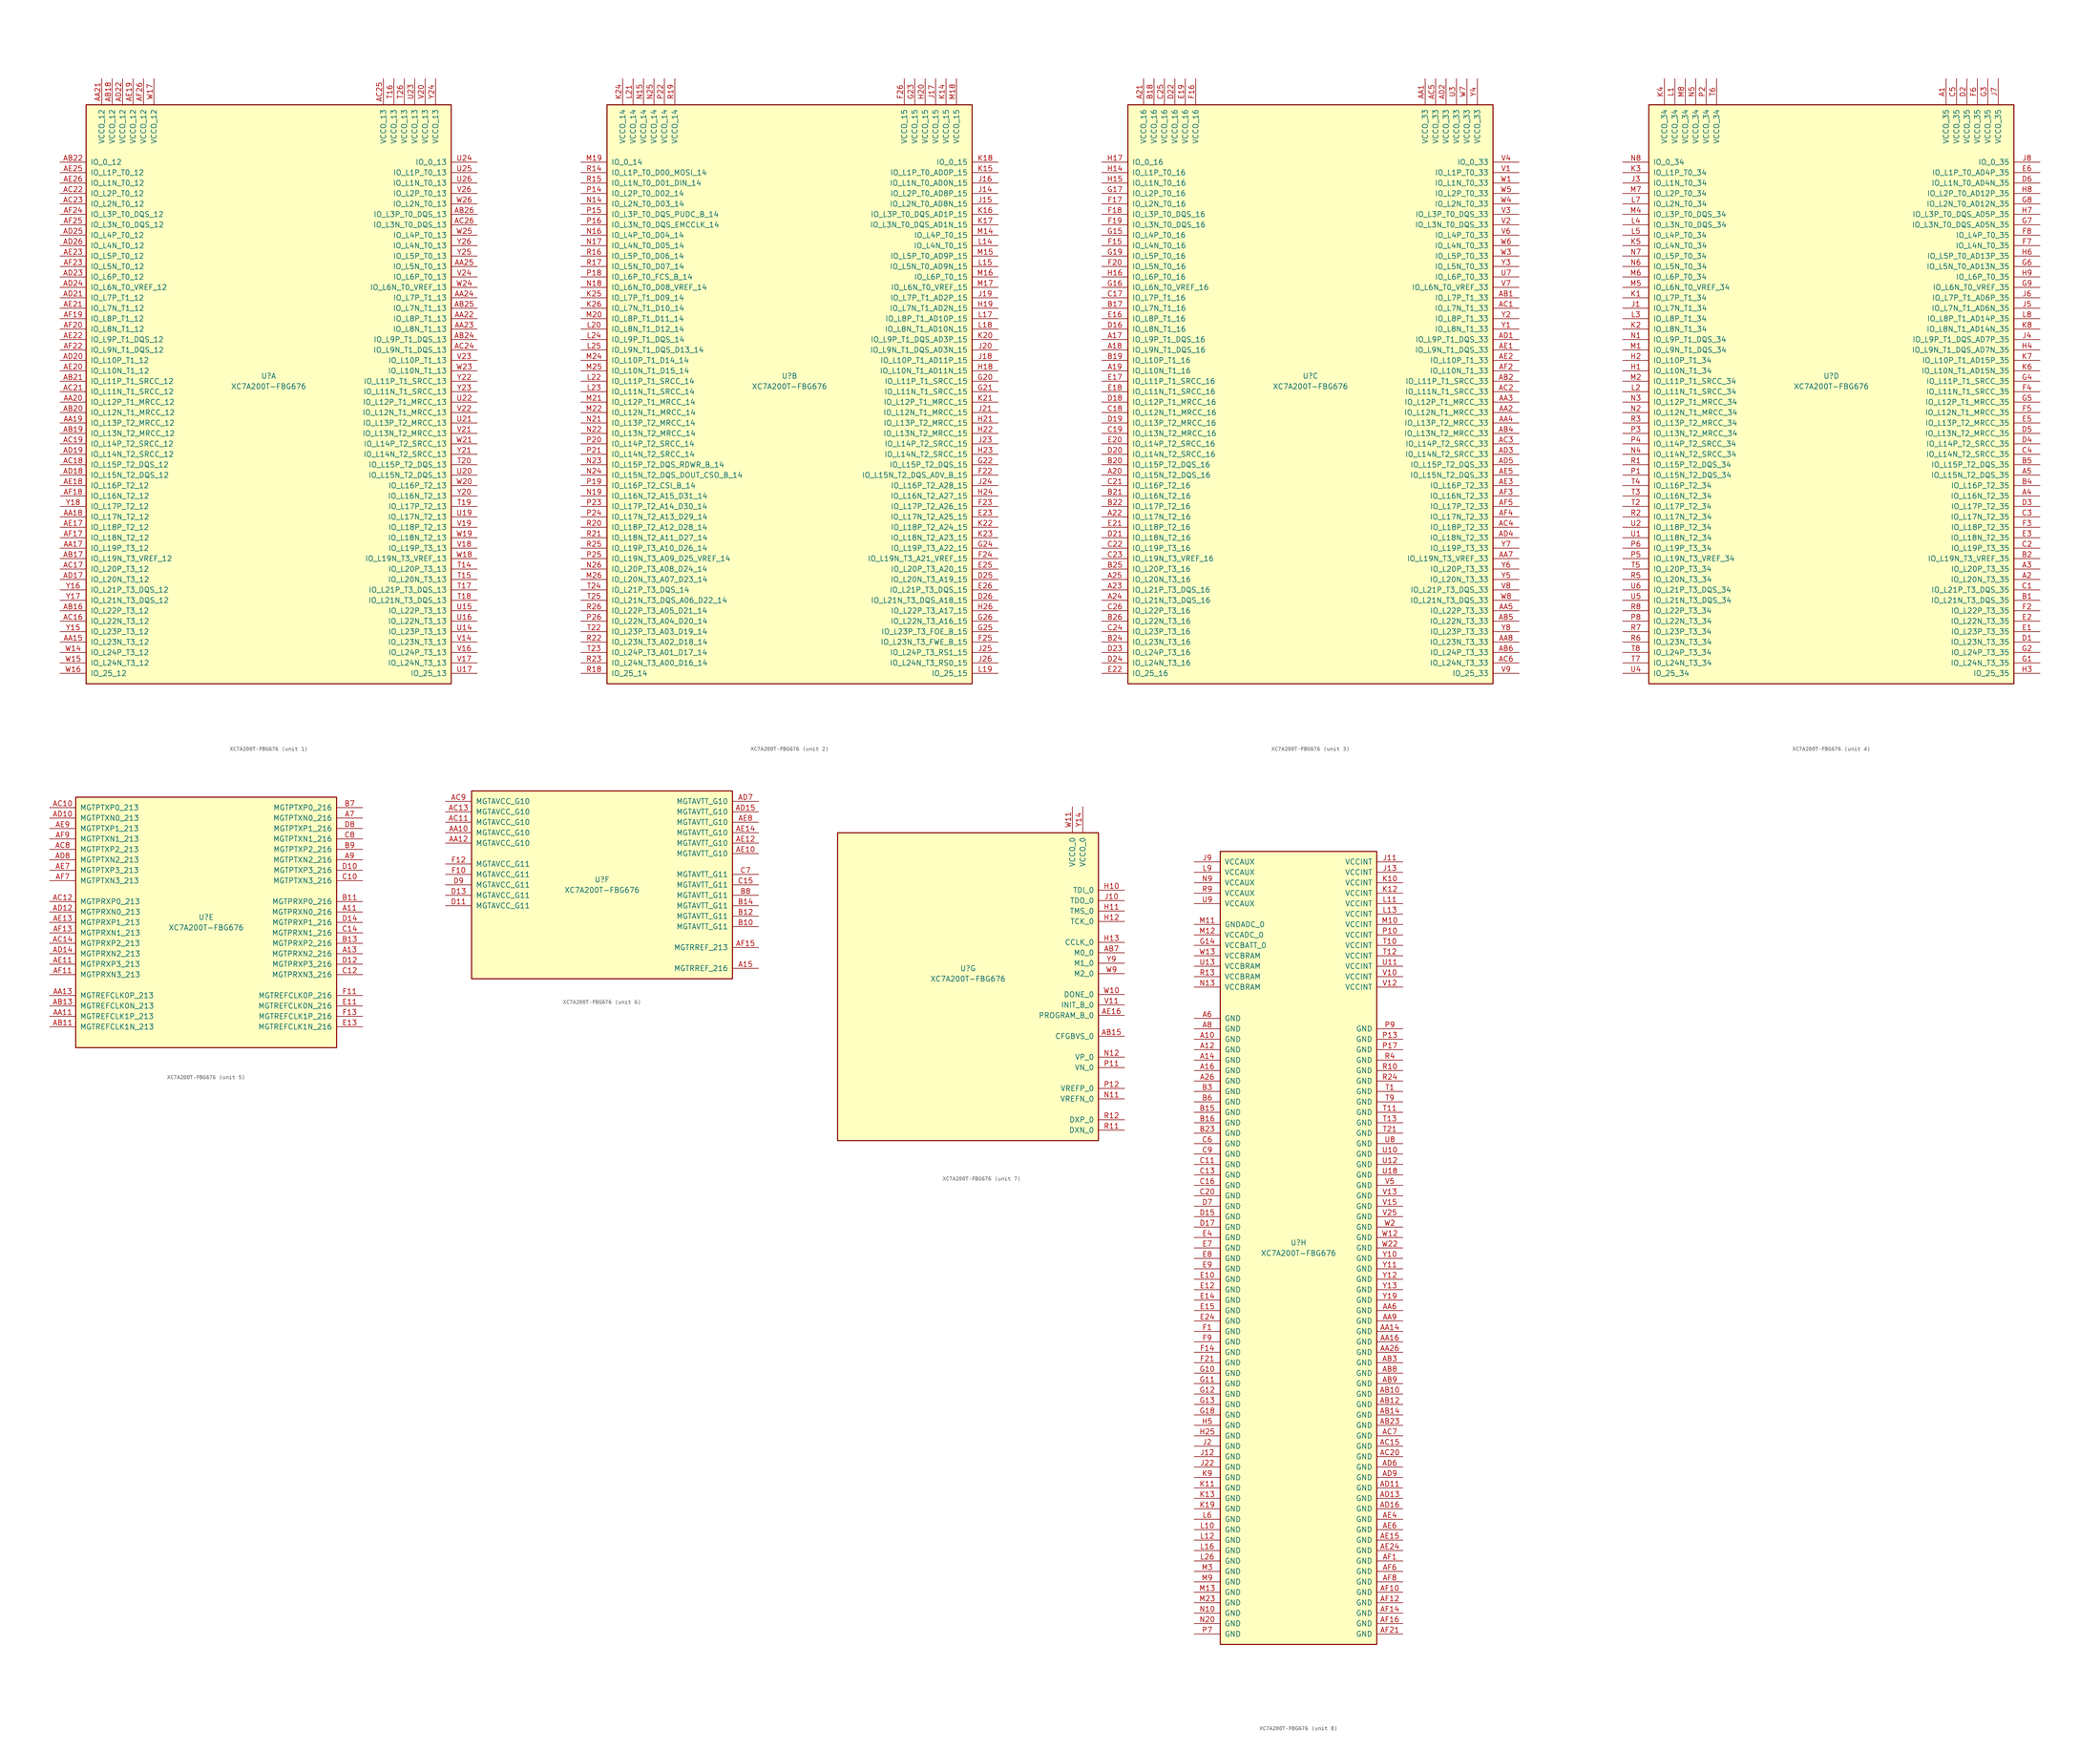
<source format=kicad_sym>
(kicad_symbol_lib
  (version 20231120)
  (generator "kicad_symbol_editor")
  (generator_version "8.0")
  (symbol "XC7A200T-FBG676"
    (pin_names
      (offset 1.016))
    (property "Reference" "U"
      (at 0 1.27 0)
      (effects (font (size 1.27 1.27))))
    (property "Value" "XC7A200T-FBG676"
      (at 0 -1.27 0)
      (effects (font (size 1.27 1.27))))
    (property "Datasheet" ""
      (at 0 0 0)
      (effects (font (size 1.27 1.27))))
    (property "ki_locked" ""
      (at 0 0 0)
      (effects (font (size 1.27 1.27))))
    (symbol "XC7A200T-FBG676_1_1"
      (rectangle (start -44.45 67.31) (end 44.45 -73.66) (stroke (width 0.254) (type default)) (fill (type background)))
      (pin bidirectional line (at -50.8 -63.5 0) (length 6.35) (name "IO_L23N_T3_12" (effects (font (size 1.27 1.27)))) (number "AA15" (effects (font (size 1.27 1.27)))))
      (pin bidirectional line (at -50.8 -40.64 0) (length 6.35) (name "IO_L19P_T3_12" (effects (font (size 1.27 1.27)))) (number "AA17" (effects (font (size 1.27 1.27)))))
      (pin bidirectional line (at -50.8 -33.02 0) (length 6.35) (name "IO_L17N_T2_12" (effects (font (size 1.27 1.27)))) (number "AA18" (effects (font (size 1.27 1.27)))))
      (pin bidirectional line (at -50.8 -10.16 0) (length 6.35) (name "IO_L13P_T2_MRCC_12" (effects (font (size 1.27 1.27)))) (number "AA19" (effects (font (size 1.27 1.27)))))
      (pin bidirectional line (at -50.8 -5.08 0) (length 6.35) (name "IO_L12P_T1_MRCC_12" (effects (font (size 1.27 1.27)))) (number "AA20" (effects (font (size 1.27 1.27)))))
      (pin power_in line (at -40.64 73.66 270) (length 6.35) (name "VCCO_12" (effects (font (size 1.27 1.27)))) (number "AA21" (effects (font (size 1.27 1.27)))))
      (pin bidirectional line (at 50.8 15.24 180) (length 6.35) (name "IO_L8P_T1_13" (effects (font (size 1.27 1.27)))) (number "AA22" (effects (font (size 1.27 1.27)))))
      (pin bidirectional line (at 50.8 12.7 180) (length 6.35) (name "IO_L8N_T1_13" (effects (font (size 1.27 1.27)))) (number "AA23" (effects (font (size 1.27 1.27)))))
      (pin bidirectional line (at 50.8 20.32 180) (length 6.35) (name "IO_L7P_T1_13" (effects (font (size 1.27 1.27)))) (number "AA24" (effects (font (size 1.27 1.27)))))
      (pin bidirectional line (at 50.8 27.94 180) (length 6.35) (name "IO_L5N_T0_13" (effects (font (size 1.27 1.27)))) (number "AA25" (effects (font (size 1.27 1.27)))))
      (pin bidirectional line (at -50.8 -55.88 0) (length 6.35) (name "IO_L22P_T3_12" (effects (font (size 1.27 1.27)))) (number "AB16" (effects (font (size 1.27 1.27)))))
      (pin bidirectional line (at -50.8 -43.18 0) (length 6.35) (name "IO_L19N_T3_VREF_12" (effects (font (size 1.27 1.27)))) (number "AB17" (effects (font (size 1.27 1.27)))))
      (pin power_in line (at -38.1 73.66 270) (length 6.35) (name "VCCO_12" (effects (font (size 1.27 1.27)))) (number "AB18" (effects (font (size 1.27 1.27)))))
      (pin bidirectional line (at -50.8 -12.7 0) (length 6.35) (name "IO_L13N_T2_MRCC_12" (effects (font (size 1.27 1.27)))) (number "AB19" (effects (font (size 1.27 1.27)))))
      (pin bidirectional line (at -50.8 -7.62 0) (length 6.35) (name "IO_L12N_T1_MRCC_12" (effects (font (size 1.27 1.27)))) (number "AB20" (effects (font (size 1.27 1.27)))))
      (pin bidirectional line (at -50.8 0 0) (length 6.35) (name "IO_L11P_T1_SRCC_12" (effects (font (size 1.27 1.27)))) (number "AB21" (effects (font (size 1.27 1.27)))))
      (pin bidirectional line (at -50.8 53.34 0) (length 6.35) (name "IO_0_12" (effects (font (size 1.27 1.27)))) (number "AB22" (effects (font (size 1.27 1.27)))))
      (pin bidirectional line (at 50.8 10.16 180) (length 6.35) (name "IO_L9P_T1_DQS_13" (effects (font (size 1.27 1.27)))) (number "AB24" (effects (font (size 1.27 1.27)))))
      (pin bidirectional line (at 50.8 17.78 180) (length 6.35) (name "IO_L7N_T1_13" (effects (font (size 1.27 1.27)))) (number "AB25" (effects (font (size 1.27 1.27)))))
      (pin bidirectional line (at 50.8 40.64 180) (length 6.35) (name "IO_L3P_T0_DQS_13" (effects (font (size 1.27 1.27)))) (number "AB26" (effects (font (size 1.27 1.27)))))
      (pin bidirectional line (at -50.8 -58.42 0) (length 6.35) (name "IO_L22N_T3_12" (effects (font (size 1.27 1.27)))) (number "AC16" (effects (font (size 1.27 1.27)))))
      (pin bidirectional line (at -50.8 -45.72 0) (length 6.35) (name "IO_L20P_T3_12" (effects (font (size 1.27 1.27)))) (number "AC17" (effects (font (size 1.27 1.27)))))
      (pin bidirectional line (at -50.8 -20.32 0) (length 6.35) (name "IO_L15P_T2_DQS_12" (effects (font (size 1.27 1.27)))) (number "AC18" (effects (font (size 1.27 1.27)))))
      (pin bidirectional line (at -50.8 -15.24 0) (length 6.35) (name "IO_L14P_T2_SRCC_12" (effects (font (size 1.27 1.27)))) (number "AC19" (effects (font (size 1.27 1.27)))))
      (pin bidirectional line (at -50.8 -2.54 0) (length 6.35) (name "IO_L11N_T1_SRCC_12" (effects (font (size 1.27 1.27)))) (number "AC21" (effects (font (size 1.27 1.27)))))
      (pin bidirectional line (at -50.8 45.72 0) (length 6.35) (name "IO_L2P_T0_12" (effects (font (size 1.27 1.27)))) (number "AC22" (effects (font (size 1.27 1.27)))))
      (pin bidirectional line (at -50.8 43.18 0) (length 6.35) (name "IO_L2N_T0_12" (effects (font (size 1.27 1.27)))) (number "AC23" (effects (font (size 1.27 1.27)))))
      (pin bidirectional line (at 50.8 7.62 180) (length 6.35) (name "IO_L9N_T1_DQS_13" (effects (font (size 1.27 1.27)))) (number "AC24" (effects (font (size 1.27 1.27)))))
      (pin power_in line (at 27.94 73.66 270) (length 6.35) (name "VCCO_13" (effects (font (size 1.27 1.27)))) (number "AC25" (effects (font (size 1.27 1.27)))))
      (pin bidirectional line (at 50.8 38.1 180) (length 6.35) (name "IO_L3N_T0_DQS_13" (effects (font (size 1.27 1.27)))) (number "AC26" (effects (font (size 1.27 1.27)))))
      (pin bidirectional line (at -50.8 -48.26 0) (length 6.35) (name "IO_L20N_T3_12" (effects (font (size 1.27 1.27)))) (number "AD17" (effects (font (size 1.27 1.27)))))
      (pin bidirectional line (at -50.8 -22.86 0) (length 6.35) (name "IO_L15N_T2_DQS_12" (effects (font (size 1.27 1.27)))) (number "AD18" (effects (font (size 1.27 1.27)))))
      (pin bidirectional line (at -50.8 -17.78 0) (length 6.35) (name "IO_L14N_T2_SRCC_12" (effects (font (size 1.27 1.27)))) (number "AD19" (effects (font (size 1.27 1.27)))))
      (pin bidirectional line (at -50.8 5.08 0) (length 6.35) (name "IO_L10P_T1_12" (effects (font (size 1.27 1.27)))) (number "AD20" (effects (font (size 1.27 1.27)))))
      (pin bidirectional line (at -50.8 20.32 0) (length 6.35) (name "IO_L7P_T1_12" (effects (font (size 1.27 1.27)))) (number "AD21" (effects (font (size 1.27 1.27)))))
      (pin power_in line (at -35.56 73.66 270) (length 6.35) (name "VCCO_12" (effects (font (size 1.27 1.27)))) (number "AD22" (effects (font (size 1.27 1.27)))))
      (pin bidirectional line (at -50.8 25.4 0) (length 6.35) (name "IO_L6P_T0_12" (effects (font (size 1.27 1.27)))) (number "AD23" (effects (font (size 1.27 1.27)))))
      (pin bidirectional line (at -50.8 22.86 0) (length 6.35) (name "IO_L6N_T0_VREF_12" (effects (font (size 1.27 1.27)))) (number "AD24" (effects (font (size 1.27 1.27)))))
      (pin bidirectional line (at -50.8 35.56 0) (length 6.35) (name "IO_L4P_T0_12" (effects (font (size 1.27 1.27)))) (number "AD25" (effects (font (size 1.27 1.27)))))
      (pin bidirectional line (at -50.8 33.02 0) (length 6.35) (name "IO_L4N_T0_12" (effects (font (size 1.27 1.27)))) (number "AD26" (effects (font (size 1.27 1.27)))))
      (pin bidirectional line (at -50.8 -35.56 0) (length 6.35) (name "IO_L18P_T2_12" (effects (font (size 1.27 1.27)))) (number "AE17" (effects (font (size 1.27 1.27)))))
      (pin bidirectional line (at -50.8 -25.4 0) (length 6.35) (name "IO_L16P_T2_12" (effects (font (size 1.27 1.27)))) (number "AE18" (effects (font (size 1.27 1.27)))))
      (pin power_in line (at -33.02 73.66 270) (length 6.35) (name "VCCO_12" (effects (font (size 1.27 1.27)))) (number "AE19" (effects (font (size 1.27 1.27)))))
      (pin bidirectional line (at -50.8 2.54 0) (length 6.35) (name "IO_L10N_T1_12" (effects (font (size 1.27 1.27)))) (number "AE20" (effects (font (size 1.27 1.27)))))
      (pin bidirectional line (at -50.8 17.78 0) (length 6.35) (name "IO_L7N_T1_12" (effects (font (size 1.27 1.27)))) (number "AE21" (effects (font (size 1.27 1.27)))))
      (pin bidirectional line (at -50.8 10.16 0) (length 6.35) (name "IO_L9P_T1_DQS_12" (effects (font (size 1.27 1.27)))) (number "AE22" (effects (font (size 1.27 1.27)))))
      (pin bidirectional line (at -50.8 30.48 0) (length 6.35) (name "IO_L5P_T0_12" (effects (font (size 1.27 1.27)))) (number "AE23" (effects (font (size 1.27 1.27)))))
      (pin bidirectional line (at -50.8 50.8 0) (length 6.35) (name "IO_L1P_T0_12" (effects (font (size 1.27 1.27)))) (number "AE25" (effects (font (size 1.27 1.27)))))
      (pin bidirectional line (at -50.8 48.26 0) (length 6.35) (name "IO_L1N_T0_12" (effects (font (size 1.27 1.27)))) (number "AE26" (effects (font (size 1.27 1.27)))))
      (pin bidirectional line (at -50.8 -38.1 0) (length 6.35) (name "IO_L18N_T2_12" (effects (font (size 1.27 1.27)))) (number "AF17" (effects (font (size 1.27 1.27)))))
      (pin bidirectional line (at -50.8 -27.94 0) (length 6.35) (name "IO_L16N_T2_12" (effects (font (size 1.27 1.27)))) (number "AF18" (effects (font (size 1.27 1.27)))))
      (pin bidirectional line (at -50.8 15.24 0) (length 6.35) (name "IO_L8P_T1_12" (effects (font (size 1.27 1.27)))) (number "AF19" (effects (font (size 1.27 1.27)))))
      (pin bidirectional line (at -50.8 12.7 0) (length 6.35) (name "IO_L8N_T1_12" (effects (font (size 1.27 1.27)))) (number "AF20" (effects (font (size 1.27 1.27)))))
      (pin bidirectional line (at -50.8 7.62 0) (length 6.35) (name "IO_L9N_T1_DQS_12" (effects (font (size 1.27 1.27)))) (number "AF22" (effects (font (size 1.27 1.27)))))
      (pin bidirectional line (at -50.8 27.94 0) (length 6.35) (name "IO_L5N_T0_12" (effects (font (size 1.27 1.27)))) (number "AF23" (effects (font (size 1.27 1.27)))))
      (pin bidirectional line (at -50.8 40.64 0) (length 6.35) (name "IO_L3P_T0_DQS_12" (effects (font (size 1.27 1.27)))) (number "AF24" (effects (font (size 1.27 1.27)))))
      (pin bidirectional line (at -50.8 38.1 0) (length 6.35) (name "IO_L3N_T0_DQS_12" (effects (font (size 1.27 1.27)))) (number "AF25" (effects (font (size 1.27 1.27)))))
      (pin power_in line (at -30.48 73.66 270) (length 6.35) (name "VCCO_12" (effects (font (size 1.27 1.27)))) (number "AF26" (effects (font (size 1.27 1.27)))))
      (pin bidirectional line (at 50.8 -45.72 180) (length 6.35) (name "IO_L20P_T3_13" (effects (font (size 1.27 1.27)))) (number "T14" (effects (font (size 1.27 1.27)))))
      (pin bidirectional line (at 50.8 -48.26 180) (length 6.35) (name "IO_L20N_T3_13" (effects (font (size 1.27 1.27)))) (number "T15" (effects (font (size 1.27 1.27)))))
      (pin power_in line (at 30.48 73.66 270) (length 6.35) (name "VCCO_13" (effects (font (size 1.27 1.27)))) (number "T16" (effects (font (size 1.27 1.27)))))
      (pin bidirectional line (at 50.8 -50.8 180) (length 6.35) (name "IO_L21P_T3_DQS_13" (effects (font (size 1.27 1.27)))) (number "T17" (effects (font (size 1.27 1.27)))))
      (pin bidirectional line (at 50.8 -53.34 180) (length 6.35) (name "IO_L21N_T3_DQS_13" (effects (font (size 1.27 1.27)))) (number "T18" (effects (font (size 1.27 1.27)))))
      (pin bidirectional line (at 50.8 -30.48 180) (length 6.35) (name "IO_L17P_T2_13" (effects (font (size 1.27 1.27)))) (number "T19" (effects (font (size 1.27 1.27)))))
      (pin bidirectional line (at 50.8 -20.32 180) (length 6.35) (name "IO_L15P_T2_DQS_13" (effects (font (size 1.27 1.27)))) (number "T20" (effects (font (size 1.27 1.27)))))
      (pin power_in line (at 33.02 73.66 270) (length 6.35) (name "VCCO_13" (effects (font (size 1.27 1.27)))) (number "T26" (effects (font (size 1.27 1.27)))))
      (pin bidirectional line (at 50.8 -60.96 180) (length 6.35) (name "IO_L23P_T3_13" (effects (font (size 1.27 1.27)))) (number "U14" (effects (font (size 1.27 1.27)))))
      (pin bidirectional line (at 50.8 -55.88 180) (length 6.35) (name "IO_L22P_T3_13" (effects (font (size 1.27 1.27)))) (number "U15" (effects (font (size 1.27 1.27)))))
      (pin bidirectional line (at 50.8 -58.42 180) (length 6.35) (name "IO_L22N_T3_13" (effects (font (size 1.27 1.27)))) (number "U16" (effects (font (size 1.27 1.27)))))
      (pin bidirectional line (at 50.8 -71.12 180) (length 6.35) (name "IO_25_13" (effects (font (size 1.27 1.27)))) (number "U17" (effects (font (size 1.27 1.27)))))
      (pin bidirectional line (at 50.8 -33.02 180) (length 6.35) (name "IO_L17N_T2_13" (effects (font (size 1.27 1.27)))) (number "U19" (effects (font (size 1.27 1.27)))))
      (pin bidirectional line (at 50.8 -22.86 180) (length 6.35) (name "IO_L15N_T2_DQS_13" (effects (font (size 1.27 1.27)))) (number "U20" (effects (font (size 1.27 1.27)))))
      (pin bidirectional line (at 50.8 -10.16 180) (length 6.35) (name "IO_L13P_T2_MRCC_13" (effects (font (size 1.27 1.27)))) (number "U21" (effects (font (size 1.27 1.27)))))
      (pin bidirectional line (at 50.8 -5.08 180) (length 6.35) (name "IO_L12P_T1_MRCC_13" (effects (font (size 1.27 1.27)))) (number "U22" (effects (font (size 1.27 1.27)))))
      (pin power_in line (at 35.56 73.66 270) (length 6.35) (name "VCCO_13" (effects (font (size 1.27 1.27)))) (number "U23" (effects (font (size 1.27 1.27)))))
      (pin bidirectional line (at 50.8 53.34 180) (length 6.35) (name "IO_0_13" (effects (font (size 1.27 1.27)))) (number "U24" (effects (font (size 1.27 1.27)))))
      (pin bidirectional line (at 50.8 50.8 180) (length 6.35) (name "IO_L1P_T0_13" (effects (font (size 1.27 1.27)))) (number "U25" (effects (font (size 1.27 1.27)))))
      (pin bidirectional line (at 50.8 48.26 180) (length 6.35) (name "IO_L1N_T0_13" (effects (font (size 1.27 1.27)))) (number "U26" (effects (font (size 1.27 1.27)))))
      (pin bidirectional line (at 50.8 -63.5 180) (length 6.35) (name "IO_L23N_T3_13" (effects (font (size 1.27 1.27)))) (number "V14" (effects (font (size 1.27 1.27)))))
      (pin bidirectional line (at 50.8 -66.04 180) (length 6.35) (name "IO_L24P_T3_13" (effects (font (size 1.27 1.27)))) (number "V16" (effects (font (size 1.27 1.27)))))
      (pin bidirectional line (at 50.8 -68.58 180) (length 6.35) (name "IO_L24N_T3_13" (effects (font (size 1.27 1.27)))) (number "V17" (effects (font (size 1.27 1.27)))))
      (pin bidirectional line (at 50.8 -40.64 180) (length 6.35) (name "IO_L19P_T3_13" (effects (font (size 1.27 1.27)))) (number "V18" (effects (font (size 1.27 1.27)))))
      (pin bidirectional line (at 50.8 -35.56 180) (length 6.35) (name "IO_L18P_T2_13" (effects (font (size 1.27 1.27)))) (number "V19" (effects (font (size 1.27 1.27)))))
      (pin power_in line (at 38.1 73.66 270) (length 6.35) (name "VCCO_13" (effects (font (size 1.27 1.27)))) (number "V20" (effects (font (size 1.27 1.27)))))
      (pin bidirectional line (at 50.8 -12.7 180) (length 6.35) (name "IO_L13N_T2_MRCC_13" (effects (font (size 1.27 1.27)))) (number "V21" (effects (font (size 1.27 1.27)))))
      (pin bidirectional line (at 50.8 -7.62 180) (length 6.35) (name "IO_L12N_T1_MRCC_13" (effects (font (size 1.27 1.27)))) (number "V22" (effects (font (size 1.27 1.27)))))
      (pin bidirectional line (at 50.8 5.08 180) (length 6.35) (name "IO_L10P_T1_13" (effects (font (size 1.27 1.27)))) (number "V23" (effects (font (size 1.27 1.27)))))
      (pin bidirectional line (at 50.8 25.4 180) (length 6.35) (name "IO_L6P_T0_13" (effects (font (size 1.27 1.27)))) (number "V24" (effects (font (size 1.27 1.27)))))
      (pin bidirectional line (at 50.8 45.72 180) (length 6.35) (name "IO_L2P_T0_13" (effects (font (size 1.27 1.27)))) (number "V26" (effects (font (size 1.27 1.27)))))
      (pin bidirectional line (at -50.8 -66.04 0) (length 6.35) (name "IO_L24P_T3_12" (effects (font (size 1.27 1.27)))) (number "W14" (effects (font (size 1.27 1.27)))))
      (pin bidirectional line (at -50.8 -68.58 0) (length 6.35) (name "IO_L24N_T3_12" (effects (font (size 1.27 1.27)))) (number "W15" (effects (font (size 1.27 1.27)))))
      (pin bidirectional line (at -50.8 -71.12 0) (length 6.35) (name "IO_25_12" (effects (font (size 1.27 1.27)))) (number "W16" (effects (font (size 1.27 1.27)))))
      (pin power_in line (at -27.94 73.66 270) (length 6.35) (name "VCCO_12" (effects (font (size 1.27 1.27)))) (number "W17" (effects (font (size 1.27 1.27)))))
      (pin bidirectional line (at 50.8 -43.18 180) (length 6.35) (name "IO_L19N_T3_VREF_13" (effects (font (size 1.27 1.27)))) (number "W18" (effects (font (size 1.27 1.27)))))
      (pin bidirectional line (at 50.8 -38.1 180) (length 6.35) (name "IO_L18N_T2_13" (effects (font (size 1.27 1.27)))) (number "W19" (effects (font (size 1.27 1.27)))))
      (pin bidirectional line (at 50.8 -25.4 180) (length 6.35) (name "IO_L16P_T2_13" (effects (font (size 1.27 1.27)))) (number "W20" (effects (font (size 1.27 1.27)))))
      (pin bidirectional line (at 50.8 -15.24 180) (length 6.35) (name "IO_L14P_T2_SRCC_13" (effects (font (size 1.27 1.27)))) (number "W21" (effects (font (size 1.27 1.27)))))
      (pin bidirectional line (at 50.8 2.54 180) (length 6.35) (name "IO_L10N_T1_13" (effects (font (size 1.27 1.27)))) (number "W23" (effects (font (size 1.27 1.27)))))
      (pin bidirectional line (at 50.8 22.86 180) (length 6.35) (name "IO_L6N_T0_VREF_13" (effects (font (size 1.27 1.27)))) (number "W24" (effects (font (size 1.27 1.27)))))
      (pin bidirectional line (at 50.8 35.56 180) (length 6.35) (name "IO_L4P_T0_13" (effects (font (size 1.27 1.27)))) (number "W25" (effects (font (size 1.27 1.27)))))
      (pin bidirectional line (at 50.8 43.18 180) (length 6.35) (name "IO_L2N_T0_13" (effects (font (size 1.27 1.27)))) (number "W26" (effects (font (size 1.27 1.27)))))
      (pin bidirectional line (at -50.8 -60.96 0) (length 6.35) (name "IO_L23P_T3_12" (effects (font (size 1.27 1.27)))) (number "Y15" (effects (font (size 1.27 1.27)))))
      (pin bidirectional line (at -50.8 -50.8 0) (length 6.35) (name "IO_L21P_T3_DQS_12" (effects (font (size 1.27 1.27)))) (number "Y16" (effects (font (size 1.27 1.27)))))
      (pin bidirectional line (at -50.8 -53.34 0) (length 6.35) (name "IO_L21N_T3_DQS_12" (effects (font (size 1.27 1.27)))) (number "Y17" (effects (font (size 1.27 1.27)))))
      (pin bidirectional line (at -50.8 -30.48 0) (length 6.35) (name "IO_L17P_T2_12" (effects (font (size 1.27 1.27)))) (number "Y18" (effects (font (size 1.27 1.27)))))
      (pin bidirectional line (at 50.8 -27.94 180) (length 6.35) (name "IO_L16N_T2_13" (effects (font (size 1.27 1.27)))) (number "Y20" (effects (font (size 1.27 1.27)))))
      (pin bidirectional line (at 50.8 -17.78 180) (length 6.35) (name "IO_L14N_T2_SRCC_13" (effects (font (size 1.27 1.27)))) (number "Y21" (effects (font (size 1.27 1.27)))))
      (pin bidirectional line (at 50.8 0 180) (length 6.35) (name "IO_L11P_T1_SRCC_13" (effects (font (size 1.27 1.27)))) (number "Y22" (effects (font (size 1.27 1.27)))))
      (pin bidirectional line (at 50.8 -2.54 180) (length 6.35) (name "IO_L11N_T1_SRCC_13" (effects (font (size 1.27 1.27)))) (number "Y23" (effects (font (size 1.27 1.27)))))
      (pin power_in line (at 40.64 73.66 270) (length 6.35) (name "VCCO_13" (effects (font (size 1.27 1.27)))) (number "Y24" (effects (font (size 1.27 1.27)))))
      (pin bidirectional line (at 50.8 30.48 180) (length 6.35) (name "IO_L5P_T0_13" (effects (font (size 1.27 1.27)))) (number "Y25" (effects (font (size 1.27 1.27)))))
      (pin bidirectional line (at 50.8 33.02 180) (length 6.35) (name "IO_L4N_T0_13" (effects (font (size 1.27 1.27)))) (number "Y26" (effects (font (size 1.27 1.27))))))
    (symbol "XC7A200T-FBG676_2_1"
      (rectangle (start -44.45 67.31) (end 44.45 -73.66) (stroke (width 0.254) (type default)) (fill (type background)))
      (pin bidirectional line (at 50.8 -48.26 180) (length 6.35) (name "IO_L20N_T3_A19_15" (effects (font (size 1.27 1.27)))) (number "D25" (effects (font (size 1.27 1.27)))))
      (pin bidirectional line (at 50.8 -53.34 180) (length 6.35) (name "IO_L21N_T3_DQS_A18_15" (effects (font (size 1.27 1.27)))) (number "D26" (effects (font (size 1.27 1.27)))))
      (pin bidirectional line (at 50.8 -33.02 180) (length 6.35) (name "IO_L17N_T2_A25_15" (effects (font (size 1.27 1.27)))) (number "E23" (effects (font (size 1.27 1.27)))))
      (pin bidirectional line (at 50.8 -45.72 180) (length 6.35) (name "IO_L20P_T3_A20_15" (effects (font (size 1.27 1.27)))) (number "E25" (effects (font (size 1.27 1.27)))))
      (pin bidirectional line (at 50.8 -50.8 180) (length 6.35) (name "IO_L21P_T3_DQS_15" (effects (font (size 1.27 1.27)))) (number "E26" (effects (font (size 1.27 1.27)))))
      (pin bidirectional line (at 50.8 -22.86 180) (length 6.35) (name "IO_L15N_T2_DQS_ADV_B_15" (effects (font (size 1.27 1.27)))) (number "F22" (effects (font (size 1.27 1.27)))))
      (pin bidirectional line (at 50.8 -30.48 180) (length 6.35) (name "IO_L17P_T2_A26_15" (effects (font (size 1.27 1.27)))) (number "F23" (effects (font (size 1.27 1.27)))))
      (pin bidirectional line (at 50.8 -43.18 180) (length 6.35) (name "IO_L19N_T3_A21_VREF_15" (effects (font (size 1.27 1.27)))) (number "F24" (effects (font (size 1.27 1.27)))))
      (pin bidirectional line (at 50.8 -63.5 180) (length 6.35) (name "IO_L23N_T3_FWE_B_15" (effects (font (size 1.27 1.27)))) (number "F25" (effects (font (size 1.27 1.27)))))
      (pin power_in line (at 27.94 73.66 270) (length 6.35) (name "VCCO_15" (effects (font (size 1.27 1.27)))) (number "F26" (effects (font (size 1.27 1.27)))))
      (pin bidirectional line (at 50.8 0 180) (length 6.35) (name "IO_L11P_T1_SRCC_15" (effects (font (size 1.27 1.27)))) (number "G20" (effects (font (size 1.27 1.27)))))
      (pin bidirectional line (at 50.8 -2.54 180) (length 6.35) (name "IO_L11N_T1_SRCC_15" (effects (font (size 1.27 1.27)))) (number "G21" (effects (font (size 1.27 1.27)))))
      (pin bidirectional line (at 50.8 -20.32 180) (length 6.35) (name "IO_L15P_T2_DQS_15" (effects (font (size 1.27 1.27)))) (number "G22" (effects (font (size 1.27 1.27)))))
      (pin power_in line (at 30.48 73.66 270) (length 6.35) (name "VCCO_15" (effects (font (size 1.27 1.27)))) (number "G23" (effects (font (size 1.27 1.27)))))
      (pin bidirectional line (at 50.8 -40.64 180) (length 6.35) (name "IO_L19P_T3_A22_15" (effects (font (size 1.27 1.27)))) (number "G24" (effects (font (size 1.27 1.27)))))
      (pin bidirectional line (at 50.8 -60.96 180) (length 6.35) (name "IO_L23P_T3_FOE_B_15" (effects (font (size 1.27 1.27)))) (number "G25" (effects (font (size 1.27 1.27)))))
      (pin bidirectional line (at 50.8 -58.42 180) (length 6.35) (name "IO_L22N_T3_A16_15" (effects (font (size 1.27 1.27)))) (number "G26" (effects (font (size 1.27 1.27)))))
      (pin bidirectional line (at 50.8 2.54 180) (length 6.35) (name "IO_L10N_T1_AD11N_15" (effects (font (size 1.27 1.27)))) (number "H18" (effects (font (size 1.27 1.27)))))
      (pin bidirectional line (at 50.8 17.78 180) (length 6.35) (name "IO_L7N_T1_AD2N_15" (effects (font (size 1.27 1.27)))) (number "H19" (effects (font (size 1.27 1.27)))))
      (pin power_in line (at 33.02 73.66 270) (length 6.35) (name "VCCO_15" (effects (font (size 1.27 1.27)))) (number "H20" (effects (font (size 1.27 1.27)))))
      (pin bidirectional line (at 50.8 -10.16 180) (length 6.35) (name "IO_L13P_T2_MRCC_15" (effects (font (size 1.27 1.27)))) (number "H21" (effects (font (size 1.27 1.27)))))
      (pin bidirectional line (at 50.8 -12.7 180) (length 6.35) (name "IO_L13N_T2_MRCC_15" (effects (font (size 1.27 1.27)))) (number "H22" (effects (font (size 1.27 1.27)))))
      (pin bidirectional line (at 50.8 -17.78 180) (length 6.35) (name "IO_L14N_T2_SRCC_15" (effects (font (size 1.27 1.27)))) (number "H23" (effects (font (size 1.27 1.27)))))
      (pin bidirectional line (at 50.8 -27.94 180) (length 6.35) (name "IO_L16N_T2_A27_15" (effects (font (size 1.27 1.27)))) (number "H24" (effects (font (size 1.27 1.27)))))
      (pin bidirectional line (at 50.8 -55.88 180) (length 6.35) (name "IO_L22P_T3_A17_15" (effects (font (size 1.27 1.27)))) (number "H26" (effects (font (size 1.27 1.27)))))
      (pin bidirectional line (at 50.8 45.72 180) (length 6.35) (name "IO_L2P_T0_AD8P_15" (effects (font (size 1.27 1.27)))) (number "J14" (effects (font (size 1.27 1.27)))))
      (pin bidirectional line (at 50.8 43.18 180) (length 6.35) (name "IO_L2N_T0_AD8N_15" (effects (font (size 1.27 1.27)))) (number "J15" (effects (font (size 1.27 1.27)))))
      (pin bidirectional line (at 50.8 48.26 180) (length 6.35) (name "IO_L1N_T0_AD0N_15" (effects (font (size 1.27 1.27)))) (number "J16" (effects (font (size 1.27 1.27)))))
      (pin power_in line (at 35.56 73.66 270) (length 6.35) (name "VCCO_15" (effects (font (size 1.27 1.27)))) (number "J17" (effects (font (size 1.27 1.27)))))
      (pin bidirectional line (at 50.8 5.08 180) (length 6.35) (name "IO_L10P_T1_AD11P_15" (effects (font (size 1.27 1.27)))) (number "J18" (effects (font (size 1.27 1.27)))))
      (pin bidirectional line (at 50.8 20.32 180) (length 6.35) (name "IO_L7P_T1_AD2P_15" (effects (font (size 1.27 1.27)))) (number "J19" (effects (font (size 1.27 1.27)))))
      (pin bidirectional line (at 50.8 7.62 180) (length 6.35) (name "IO_L9N_T1_DQS_AD3N_15" (effects (font (size 1.27 1.27)))) (number "J20" (effects (font (size 1.27 1.27)))))
      (pin bidirectional line (at 50.8 -7.62 180) (length 6.35) (name "IO_L12N_T1_MRCC_15" (effects (font (size 1.27 1.27)))) (number "J21" (effects (font (size 1.27 1.27)))))
      (pin bidirectional line (at 50.8 -15.24 180) (length 6.35) (name "IO_L14P_T2_SRCC_15" (effects (font (size 1.27 1.27)))) (number "J23" (effects (font (size 1.27 1.27)))))
      (pin bidirectional line (at 50.8 -25.4 180) (length 6.35) (name "IO_L16P_T2_A28_15" (effects (font (size 1.27 1.27)))) (number "J24" (effects (font (size 1.27 1.27)))))
      (pin bidirectional line (at 50.8 -66.04 180) (length 6.35) (name "IO_L24P_T3_RS1_15" (effects (font (size 1.27 1.27)))) (number "J25" (effects (font (size 1.27 1.27)))))
      (pin bidirectional line (at 50.8 -68.58 180) (length 6.35) (name "IO_L24N_T3_RS0_15" (effects (font (size 1.27 1.27)))) (number "J26" (effects (font (size 1.27 1.27)))))
      (pin power_in line (at 38.1 73.66 270) (length 6.35) (name "VCCO_15" (effects (font (size 1.27 1.27)))) (number "K14" (effects (font (size 1.27 1.27)))))
      (pin bidirectional line (at 50.8 50.8 180) (length 6.35) (name "IO_L1P_T0_AD0P_15" (effects (font (size 1.27 1.27)))) (number "K15" (effects (font (size 1.27 1.27)))))
      (pin bidirectional line (at 50.8 40.64 180) (length 6.35) (name "IO_L3P_T0_DQS_AD1P_15" (effects (font (size 1.27 1.27)))) (number "K16" (effects (font (size 1.27 1.27)))))
      (pin bidirectional line (at 50.8 38.1 180) (length 6.35) (name "IO_L3N_T0_DQS_AD1N_15" (effects (font (size 1.27 1.27)))) (number "K17" (effects (font (size 1.27 1.27)))))
      (pin bidirectional line (at 50.8 53.34 180) (length 6.35) (name "IO_0_15" (effects (font (size 1.27 1.27)))) (number "K18" (effects (font (size 1.27 1.27)))))
      (pin bidirectional line (at 50.8 10.16 180) (length 6.35) (name "IO_L9P_T1_DQS_AD3P_15" (effects (font (size 1.27 1.27)))) (number "K20" (effects (font (size 1.27 1.27)))))
      (pin bidirectional line (at 50.8 -5.08 180) (length 6.35) (name "IO_L12P_T1_MRCC_15" (effects (font (size 1.27 1.27)))) (number "K21" (effects (font (size 1.27 1.27)))))
      (pin bidirectional line (at 50.8 -35.56 180) (length 6.35) (name "IO_L18P_T2_A24_15" (effects (font (size 1.27 1.27)))) (number "K22" (effects (font (size 1.27 1.27)))))
      (pin bidirectional line (at 50.8 -38.1 180) (length 6.35) (name "IO_L18N_T2_A23_15" (effects (font (size 1.27 1.27)))) (number "K23" (effects (font (size 1.27 1.27)))))
      (pin power_in line (at -40.64 73.66 270) (length 6.35) (name "VCCO_14" (effects (font (size 1.27 1.27)))) (number "K24" (effects (font (size 1.27 1.27)))))
      (pin bidirectional line (at -50.8 20.32 0) (length 6.35) (name "IO_L7P_T1_D09_14" (effects (font (size 1.27 1.27)))) (number "K25" (effects (font (size 1.27 1.27)))))
      (pin bidirectional line (at -50.8 17.78 0) (length 6.35) (name "IO_L7N_T1_D10_14" (effects (font (size 1.27 1.27)))) (number "K26" (effects (font (size 1.27 1.27)))))
      (pin bidirectional line (at 50.8 33.02 180) (length 6.35) (name "IO_L4N_T0_15" (effects (font (size 1.27 1.27)))) (number "L14" (effects (font (size 1.27 1.27)))))
      (pin bidirectional line (at 50.8 27.94 180) (length 6.35) (name "IO_L5N_T0_AD9N_15" (effects (font (size 1.27 1.27)))) (number "L15" (effects (font (size 1.27 1.27)))))
      (pin bidirectional line (at 50.8 15.24 180) (length 6.35) (name "IO_L8P_T1_AD10P_15" (effects (font (size 1.27 1.27)))) (number "L17" (effects (font (size 1.27 1.27)))))
      (pin bidirectional line (at 50.8 12.7 180) (length 6.35) (name "IO_L8N_T1_AD10N_15" (effects (font (size 1.27 1.27)))) (number "L18" (effects (font (size 1.27 1.27)))))
      (pin bidirectional line (at 50.8 -71.12 180) (length 6.35) (name "IO_25_15" (effects (font (size 1.27 1.27)))) (number "L19" (effects (font (size 1.27 1.27)))))
      (pin bidirectional line (at -50.8 12.7 0) (length 6.35) (name "IO_L8N_T1_D12_14" (effects (font (size 1.27 1.27)))) (number "L20" (effects (font (size 1.27 1.27)))))
      (pin power_in line (at -38.1 73.66 270) (length 6.35) (name "VCCO_14" (effects (font (size 1.27 1.27)))) (number "L21" (effects (font (size 1.27 1.27)))))
      (pin bidirectional line (at -50.8 0 0) (length 6.35) (name "IO_L11P_T1_SRCC_14" (effects (font (size 1.27 1.27)))) (number "L22" (effects (font (size 1.27 1.27)))))
      (pin bidirectional line (at -50.8 -2.54 0) (length 6.35) (name "IO_L11N_T1_SRCC_14" (effects (font (size 1.27 1.27)))) (number "L23" (effects (font (size 1.27 1.27)))))
      (pin bidirectional line (at -50.8 10.16 0) (length 6.35) (name "IO_L9P_T1_DQS_14" (effects (font (size 1.27 1.27)))) (number "L24" (effects (font (size 1.27 1.27)))))
      (pin bidirectional line (at -50.8 7.62 0) (length 6.35) (name "IO_L9N_T1_DQS_D13_14" (effects (font (size 1.27 1.27)))) (number "L25" (effects (font (size 1.27 1.27)))))
      (pin bidirectional line (at 50.8 35.56 180) (length 6.35) (name "IO_L4P_T0_15" (effects (font (size 1.27 1.27)))) (number "M14" (effects (font (size 1.27 1.27)))))
      (pin bidirectional line (at 50.8 30.48 180) (length 6.35) (name "IO_L5P_T0_AD9P_15" (effects (font (size 1.27 1.27)))) (number "M15" (effects (font (size 1.27 1.27)))))
      (pin bidirectional line (at 50.8 25.4 180) (length 6.35) (name "IO_L6P_T0_15" (effects (font (size 1.27 1.27)))) (number "M16" (effects (font (size 1.27 1.27)))))
      (pin bidirectional line (at 50.8 22.86 180) (length 6.35) (name "IO_L6N_T0_VREF_15" (effects (font (size 1.27 1.27)))) (number "M17" (effects (font (size 1.27 1.27)))))
      (pin power_in line (at 40.64 73.66 270) (length 6.35) (name "VCCO_15" (effects (font (size 1.27 1.27)))) (number "M18" (effects (font (size 1.27 1.27)))))
      (pin bidirectional line (at -50.8 53.34 0) (length 6.35) (name "IO_0_14" (effects (font (size 1.27 1.27)))) (number "M19" (effects (font (size 1.27 1.27)))))
      (pin bidirectional line (at -50.8 15.24 0) (length 6.35) (name "IO_L8P_T1_D11_14" (effects (font (size 1.27 1.27)))) (number "M20" (effects (font (size 1.27 1.27)))))
      (pin bidirectional line (at -50.8 -5.08 0) (length 6.35) (name "IO_L12P_T1_MRCC_14" (effects (font (size 1.27 1.27)))) (number "M21" (effects (font (size 1.27 1.27)))))
      (pin bidirectional line (at -50.8 -7.62 0) (length 6.35) (name "IO_L12N_T1_MRCC_14" (effects (font (size 1.27 1.27)))) (number "M22" (effects (font (size 1.27 1.27)))))
      (pin bidirectional line (at -50.8 5.08 0) (length 6.35) (name "IO_L10P_T1_D14_14" (effects (font (size 1.27 1.27)))) (number "M24" (effects (font (size 1.27 1.27)))))
      (pin bidirectional line (at -50.8 2.54 0) (length 6.35) (name "IO_L10N_T1_D15_14" (effects (font (size 1.27 1.27)))) (number "M25" (effects (font (size 1.27 1.27)))))
      (pin bidirectional line (at -50.8 -48.26 0) (length 6.35) (name "IO_L20N_T3_A07_D23_14" (effects (font (size 1.27 1.27)))) (number "M26" (effects (font (size 1.27 1.27)))))
      (pin bidirectional line (at -50.8 43.18 0) (length 6.35) (name "IO_L2N_T0_D03_14" (effects (font (size 1.27 1.27)))) (number "N14" (effects (font (size 1.27 1.27)))))
      (pin power_in line (at -35.56 73.66 270) (length 6.35) (name "VCCO_14" (effects (font (size 1.27 1.27)))) (number "N15" (effects (font (size 1.27 1.27)))))
      (pin bidirectional line (at -50.8 35.56 0) (length 6.35) (name "IO_L4P_T0_D04_14" (effects (font (size 1.27 1.27)))) (number "N16" (effects (font (size 1.27 1.27)))))
      (pin bidirectional line (at -50.8 33.02 0) (length 6.35) (name "IO_L4N_T0_D05_14" (effects (font (size 1.27 1.27)))) (number "N17" (effects (font (size 1.27 1.27)))))
      (pin bidirectional line (at -50.8 22.86 0) (length 6.35) (name "IO_L6N_T0_D08_VREF_14" (effects (font (size 1.27 1.27)))) (number "N18" (effects (font (size 1.27 1.27)))))
      (pin bidirectional line (at -50.8 -27.94 0) (length 6.35) (name "IO_L16N_T2_A15_D31_14" (effects (font (size 1.27 1.27)))) (number "N19" (effects (font (size 1.27 1.27)))))
      (pin bidirectional line (at -50.8 -10.16 0) (length 6.35) (name "IO_L13P_T2_MRCC_14" (effects (font (size 1.27 1.27)))) (number "N21" (effects (font (size 1.27 1.27)))))
      (pin bidirectional line (at -50.8 -12.7 0) (length 6.35) (name "IO_L13N_T2_MRCC_14" (effects (font (size 1.27 1.27)))) (number "N22" (effects (font (size 1.27 1.27)))))
      (pin bidirectional line (at -50.8 -20.32 0) (length 6.35) (name "IO_L15P_T2_DQS_RDWR_B_14" (effects (font (size 1.27 1.27)))) (number "N23" (effects (font (size 1.27 1.27)))))
      (pin bidirectional line (at -50.8 -22.86 0) (length 6.35) (name "IO_L15N_T2_DQS_DOUT_CSO_B_14" (effects (font (size 1.27 1.27)))) (number "N24" (effects (font (size 1.27 1.27)))))
      (pin power_in line (at -33.02 73.66 270) (length 6.35) (name "VCCO_14" (effects (font (size 1.27 1.27)))) (number "N25" (effects (font (size 1.27 1.27)))))
      (pin bidirectional line (at -50.8 -45.72 0) (length 6.35) (name "IO_L20P_T3_A08_D24_14" (effects (font (size 1.27 1.27)))) (number "N26" (effects (font (size 1.27 1.27)))))
      (pin bidirectional line (at -50.8 45.72 0) (length 6.35) (name "IO_L2P_T0_D02_14" (effects (font (size 1.27 1.27)))) (number "P14" (effects (font (size 1.27 1.27)))))
      (pin bidirectional line (at -50.8 40.64 0) (length 6.35) (name "IO_L3P_T0_DQS_PUDC_B_14" (effects (font (size 1.27 1.27)))) (number "P15" (effects (font (size 1.27 1.27)))))
      (pin bidirectional line (at -50.8 38.1 0) (length 6.35) (name "IO_L3N_T0_DQS_EMCCLK_14" (effects (font (size 1.27 1.27)))) (number "P16" (effects (font (size 1.27 1.27)))))
      (pin bidirectional line (at -50.8 25.4 0) (length 6.35) (name "IO_L6P_T0_FCS_B_14" (effects (font (size 1.27 1.27)))) (number "P18" (effects (font (size 1.27 1.27)))))
      (pin bidirectional line (at -50.8 -25.4 0) (length 6.35) (name "IO_L16P_T2_CSI_B_14" (effects (font (size 1.27 1.27)))) (number "P19" (effects (font (size 1.27 1.27)))))
      (pin bidirectional line (at -50.8 -15.24 0) (length 6.35) (name "IO_L14P_T2_SRCC_14" (effects (font (size 1.27 1.27)))) (number "P20" (effects (font (size 1.27 1.27)))))
      (pin bidirectional line (at -50.8 -17.78 0) (length 6.35) (name "IO_L14N_T2_SRCC_14" (effects (font (size 1.27 1.27)))) (number "P21" (effects (font (size 1.27 1.27)))))
      (pin power_in line (at -30.48 73.66 270) (length 6.35) (name "VCCO_14" (effects (font (size 1.27 1.27)))) (number "P22" (effects (font (size 1.27 1.27)))))
      (pin bidirectional line (at -50.8 -30.48 0) (length 6.35) (name "IO_L17P_T2_A14_D30_14" (effects (font (size 1.27 1.27)))) (number "P23" (effects (font (size 1.27 1.27)))))
      (pin bidirectional line (at -50.8 -33.02 0) (length 6.35) (name "IO_L17N_T2_A13_D29_14" (effects (font (size 1.27 1.27)))) (number "P24" (effects (font (size 1.27 1.27)))))
      (pin bidirectional line (at -50.8 -43.18 0) (length 6.35) (name "IO_L19N_T3_A09_D25_VREF_14" (effects (font (size 1.27 1.27)))) (number "P25" (effects (font (size 1.27 1.27)))))
      (pin bidirectional line (at -50.8 -58.42 0) (length 6.35) (name "IO_L22N_T3_A04_D20_14" (effects (font (size 1.27 1.27)))) (number "P26" (effects (font (size 1.27 1.27)))))
      (pin bidirectional line (at -50.8 50.8 0) (length 6.35) (name "IO_L1P_T0_D00_MOSI_14" (effects (font (size 1.27 1.27)))) (number "R14" (effects (font (size 1.27 1.27)))))
      (pin bidirectional line (at -50.8 48.26 0) (length 6.35) (name "IO_L1N_T0_D01_DIN_14" (effects (font (size 1.27 1.27)))) (number "R15" (effects (font (size 1.27 1.27)))))
      (pin bidirectional line (at -50.8 30.48 0) (length 6.35) (name "IO_L5P_T0_D06_14" (effects (font (size 1.27 1.27)))) (number "R16" (effects (font (size 1.27 1.27)))))
      (pin bidirectional line (at -50.8 27.94 0) (length 6.35) (name "IO_L5N_T0_D07_14" (effects (font (size 1.27 1.27)))) (number "R17" (effects (font (size 1.27 1.27)))))
      (pin bidirectional line (at -50.8 -71.12 0) (length 6.35) (name "IO_25_14" (effects (font (size 1.27 1.27)))) (number "R18" (effects (font (size 1.27 1.27)))))
      (pin power_in line (at -27.94 73.66 270) (length 6.35) (name "VCCO_14" (effects (font (size 1.27 1.27)))) (number "R19" (effects (font (size 1.27 1.27)))))
      (pin bidirectional line (at -50.8 -35.56 0) (length 6.35) (name "IO_L18P_T2_A12_D28_14" (effects (font (size 1.27 1.27)))) (number "R20" (effects (font (size 1.27 1.27)))))
      (pin bidirectional line (at -50.8 -38.1 0) (length 6.35) (name "IO_L18N_T2_A11_D27_14" (effects (font (size 1.27 1.27)))) (number "R21" (effects (font (size 1.27 1.27)))))
      (pin bidirectional line (at -50.8 -63.5 0) (length 6.35) (name "IO_L23N_T3_A02_D18_14" (effects (font (size 1.27 1.27)))) (number "R22" (effects (font (size 1.27 1.27)))))
      (pin bidirectional line (at -50.8 -68.58 0) (length 6.35) (name "IO_L24N_T3_A00_D16_14" (effects (font (size 1.27 1.27)))) (number "R23" (effects (font (size 1.27 1.27)))))
      (pin bidirectional line (at -50.8 -40.64 0) (length 6.35) (name "IO_L19P_T3_A10_D26_14" (effects (font (size 1.27 1.27)))) (number "R25" (effects (font (size 1.27 1.27)))))
      (pin bidirectional line (at -50.8 -55.88 0) (length 6.35) (name "IO_L22P_T3_A05_D21_14" (effects (font (size 1.27 1.27)))) (number "R26" (effects (font (size 1.27 1.27)))))
      (pin bidirectional line (at -50.8 -60.96 0) (length 6.35) (name "IO_L23P_T3_A03_D19_14" (effects (font (size 1.27 1.27)))) (number "T22" (effects (font (size 1.27 1.27)))))
      (pin bidirectional line (at -50.8 -66.04 0) (length 6.35) (name "IO_L24P_T3_A01_D17_14" (effects (font (size 1.27 1.27)))) (number "T23" (effects (font (size 1.27 1.27)))))
      (pin bidirectional line (at -50.8 -50.8 0) (length 6.35) (name "IO_L21P_T3_DQS_14" (effects (font (size 1.27 1.27)))) (number "T24" (effects (font (size 1.27 1.27)))))
      (pin bidirectional line (at -50.8 -53.34 0) (length 6.35) (name "IO_L21N_T3_DQS_A06_D22_14" (effects (font (size 1.27 1.27)))) (number "T25" (effects (font (size 1.27 1.27))))))
    (symbol "XC7A200T-FBG676_3_1"
      (rectangle (start -44.45 67.31) (end 44.45 -73.66) (stroke (width 0.254) (type default)) (fill (type background)))
      (pin bidirectional line (at -50.8 10.16 0) (length 6.35) (name "IO_L9P_T1_DQS_16" (effects (font (size 1.27 1.27)))) (number "A17" (effects (font (size 1.27 1.27)))))
      (pin bidirectional line (at -50.8 7.62 0) (length 6.35) (name "IO_L9N_T1_DQS_16" (effects (font (size 1.27 1.27)))) (number "A18" (effects (font (size 1.27 1.27)))))
      (pin bidirectional line (at -50.8 2.54 0) (length 6.35) (name "IO_L10N_T1_16" (effects (font (size 1.27 1.27)))) (number "A19" (effects (font (size 1.27 1.27)))))
      (pin bidirectional line (at -50.8 -22.86 0) (length 6.35) (name "IO_L15N_T2_DQS_16" (effects (font (size 1.27 1.27)))) (number "A20" (effects (font (size 1.27 1.27)))))
      (pin power_in line (at -40.64 73.66 270) (length 6.35) (name "VCCO_16" (effects (font (size 1.27 1.27)))) (number "A21" (effects (font (size 1.27 1.27)))))
      (pin bidirectional line (at -50.8 -33.02 0) (length 6.35) (name "IO_L17N_T2_16" (effects (font (size 1.27 1.27)))) (number "A22" (effects (font (size 1.27 1.27)))))
      (pin bidirectional line (at -50.8 -50.8 0) (length 6.35) (name "IO_L21P_T3_DQS_16" (effects (font (size 1.27 1.27)))) (number "A23" (effects (font (size 1.27 1.27)))))
      (pin bidirectional line (at -50.8 -53.34 0) (length 6.35) (name "IO_L21N_T3_DQS_16" (effects (font (size 1.27 1.27)))) (number "A24" (effects (font (size 1.27 1.27)))))
      (pin bidirectional line (at -50.8 -48.26 0) (length 6.35) (name "IO_L20N_T3_16" (effects (font (size 1.27 1.27)))) (number "A25" (effects (font (size 1.27 1.27)))))
      (pin power_in line (at 27.94 73.66 270) (length 6.35) (name "VCCO_33" (effects (font (size 1.27 1.27)))) (number "AA1" (effects (font (size 1.27 1.27)))))
      (pin bidirectional line (at 50.8 -7.62 180) (length 6.35) (name "IO_L12N_T1_MRCC_33" (effects (font (size 1.27 1.27)))) (number "AA2" (effects (font (size 1.27 1.27)))))
      (pin bidirectional line (at 50.8 -5.08 180) (length 6.35) (name "IO_L12P_T1_MRCC_33" (effects (font (size 1.27 1.27)))) (number "AA3" (effects (font (size 1.27 1.27)))))
      (pin bidirectional line (at 50.8 -10.16 180) (length 6.35) (name "IO_L13P_T2_MRCC_33" (effects (font (size 1.27 1.27)))) (number "AA4" (effects (font (size 1.27 1.27)))))
      (pin bidirectional line (at 50.8 -55.88 180) (length 6.35) (name "IO_L22P_T3_33" (effects (font (size 1.27 1.27)))) (number "AA5" (effects (font (size 1.27 1.27)))))
      (pin bidirectional line (at 50.8 -43.18 180) (length 6.35) (name "IO_L19N_T3_VREF_33" (effects (font (size 1.27 1.27)))) (number "AA7" (effects (font (size 1.27 1.27)))))
      (pin bidirectional line (at 50.8 -63.5 180) (length 6.35) (name "IO_L23N_T3_33" (effects (font (size 1.27 1.27)))) (number "AA8" (effects (font (size 1.27 1.27)))))
      (pin bidirectional line (at 50.8 20.32 180) (length 6.35) (name "IO_L7P_T1_33" (effects (font (size 1.27 1.27)))) (number "AB1" (effects (font (size 1.27 1.27)))))
      (pin bidirectional line (at 50.8 0 180) (length 6.35) (name "IO_L11P_T1_SRCC_33" (effects (font (size 1.27 1.27)))) (number "AB2" (effects (font (size 1.27 1.27)))))
      (pin bidirectional line (at 50.8 -12.7 180) (length 6.35) (name "IO_L13N_T2_MRCC_33" (effects (font (size 1.27 1.27)))) (number "AB4" (effects (font (size 1.27 1.27)))))
      (pin bidirectional line (at 50.8 -58.42 180) (length 6.35) (name "IO_L22N_T3_33" (effects (font (size 1.27 1.27)))) (number "AB5" (effects (font (size 1.27 1.27)))))
      (pin bidirectional line (at 50.8 -66.04 180) (length 6.35) (name "IO_L24P_T3_33" (effects (font (size 1.27 1.27)))) (number "AB6" (effects (font (size 1.27 1.27)))))
      (pin bidirectional line (at 50.8 17.78 180) (length 6.35) (name "IO_L7N_T1_33" (effects (font (size 1.27 1.27)))) (number "AC1" (effects (font (size 1.27 1.27)))))
      (pin bidirectional line (at 50.8 -2.54 180) (length 6.35) (name "IO_L11N_T1_SRCC_33" (effects (font (size 1.27 1.27)))) (number "AC2" (effects (font (size 1.27 1.27)))))
      (pin bidirectional line (at 50.8 -15.24 180) (length 6.35) (name "IO_L14P_T2_SRCC_33" (effects (font (size 1.27 1.27)))) (number "AC3" (effects (font (size 1.27 1.27)))))
      (pin bidirectional line (at 50.8 -35.56 180) (length 6.35) (name "IO_L18P_T2_33" (effects (font (size 1.27 1.27)))) (number "AC4" (effects (font (size 1.27 1.27)))))
      (pin power_in line (at 30.48 73.66 270) (length 6.35) (name "VCCO_33" (effects (font (size 1.27 1.27)))) (number "AC5" (effects (font (size 1.27 1.27)))))
      (pin bidirectional line (at 50.8 -68.58 180) (length 6.35) (name "IO_L24N_T3_33" (effects (font (size 1.27 1.27)))) (number "AC6" (effects (font (size 1.27 1.27)))))
      (pin bidirectional line (at 50.8 10.16 180) (length 6.35) (name "IO_L9P_T1_DQS_33" (effects (font (size 1.27 1.27)))) (number "AD1" (effects (font (size 1.27 1.27)))))
      (pin power_in line (at 33.02 73.66 270) (length 6.35) (name "VCCO_33" (effects (font (size 1.27 1.27)))) (number "AD2" (effects (font (size 1.27 1.27)))))
      (pin bidirectional line (at 50.8 -17.78 180) (length 6.35) (name "IO_L14N_T2_SRCC_33" (effects (font (size 1.27 1.27)))) (number "AD3" (effects (font (size 1.27 1.27)))))
      (pin bidirectional line (at 50.8 -38.1 180) (length 6.35) (name "IO_L18N_T2_33" (effects (font (size 1.27 1.27)))) (number "AD4" (effects (font (size 1.27 1.27)))))
      (pin bidirectional line (at 50.8 -20.32 180) (length 6.35) (name "IO_L15P_T2_DQS_33" (effects (font (size 1.27 1.27)))) (number "AD5" (effects (font (size 1.27 1.27)))))
      (pin bidirectional line (at 50.8 7.62 180) (length 6.35) (name "IO_L9N_T1_DQS_33" (effects (font (size 1.27 1.27)))) (number "AE1" (effects (font (size 1.27 1.27)))))
      (pin bidirectional line (at 50.8 5.08 180) (length 6.35) (name "IO_L10P_T1_33" (effects (font (size 1.27 1.27)))) (number "AE2" (effects (font (size 1.27 1.27)))))
      (pin bidirectional line (at 50.8 -25.4 180) (length 6.35) (name "IO_L16P_T2_33" (effects (font (size 1.27 1.27)))) (number "AE3" (effects (font (size 1.27 1.27)))))
      (pin bidirectional line (at 50.8 -22.86 180) (length 6.35) (name "IO_L15N_T2_DQS_33" (effects (font (size 1.27 1.27)))) (number "AE5" (effects (font (size 1.27 1.27)))))
      (pin bidirectional line (at 50.8 2.54 180) (length 6.35) (name "IO_L10N_T1_33" (effects (font (size 1.27 1.27)))) (number "AF2" (effects (font (size 1.27 1.27)))))
      (pin bidirectional line (at 50.8 -27.94 180) (length 6.35) (name "IO_L16N_T2_33" (effects (font (size 1.27 1.27)))) (number "AF3" (effects (font (size 1.27 1.27)))))
      (pin bidirectional line (at 50.8 -33.02 180) (length 6.35) (name "IO_L17N_T2_33" (effects (font (size 1.27 1.27)))) (number "AF4" (effects (font (size 1.27 1.27)))))
      (pin bidirectional line (at 50.8 -30.48 180) (length 6.35) (name "IO_L17P_T2_33" (effects (font (size 1.27 1.27)))) (number "AF5" (effects (font (size 1.27 1.27)))))
      (pin bidirectional line (at -50.8 17.78 0) (length 6.35) (name "IO_L7N_T1_16" (effects (font (size 1.27 1.27)))) (number "B17" (effects (font (size 1.27 1.27)))))
      (pin power_in line (at -38.1 73.66 270) (length 6.35) (name "VCCO_16" (effects (font (size 1.27 1.27)))) (number "B18" (effects (font (size 1.27 1.27)))))
      (pin bidirectional line (at -50.8 5.08 0) (length 6.35) (name "IO_L10P_T1_16" (effects (font (size 1.27 1.27)))) (number "B19" (effects (font (size 1.27 1.27)))))
      (pin bidirectional line (at -50.8 -20.32 0) (length 6.35) (name "IO_L15P_T2_DQS_16" (effects (font (size 1.27 1.27)))) (number "B20" (effects (font (size 1.27 1.27)))))
      (pin bidirectional line (at -50.8 -27.94 0) (length 6.35) (name "IO_L16N_T2_16" (effects (font (size 1.27 1.27)))) (number "B21" (effects (font (size 1.27 1.27)))))
      (pin bidirectional line (at -50.8 -30.48 0) (length 6.35) (name "IO_L17P_T2_16" (effects (font (size 1.27 1.27)))) (number "B22" (effects (font (size 1.27 1.27)))))
      (pin bidirectional line (at -50.8 -63.5 0) (length 6.35) (name "IO_L23N_T3_16" (effects (font (size 1.27 1.27)))) (number "B24" (effects (font (size 1.27 1.27)))))
      (pin bidirectional line (at -50.8 -45.72 0) (length 6.35) (name "IO_L20P_T3_16" (effects (font (size 1.27 1.27)))) (number "B25" (effects (font (size 1.27 1.27)))))
      (pin bidirectional line (at -50.8 -58.42 0) (length 6.35) (name "IO_L22N_T3_16" (effects (font (size 1.27 1.27)))) (number "B26" (effects (font (size 1.27 1.27)))))
      (pin bidirectional line (at -50.8 20.32 0) (length 6.35) (name "IO_L7P_T1_16" (effects (font (size 1.27 1.27)))) (number "C17" (effects (font (size 1.27 1.27)))))
      (pin bidirectional line (at -50.8 -7.62 0) (length 6.35) (name "IO_L12N_T1_MRCC_16" (effects (font (size 1.27 1.27)))) (number "C18" (effects (font (size 1.27 1.27)))))
      (pin bidirectional line (at -50.8 -12.7 0) (length 6.35) (name "IO_L13N_T2_MRCC_16" (effects (font (size 1.27 1.27)))) (number "C19" (effects (font (size 1.27 1.27)))))
      (pin bidirectional line (at -50.8 -25.4 0) (length 6.35) (name "IO_L16P_T2_16" (effects (font (size 1.27 1.27)))) (number "C21" (effects (font (size 1.27 1.27)))))
      (pin bidirectional line (at -50.8 -40.64 0) (length 6.35) (name "IO_L19P_T3_16" (effects (font (size 1.27 1.27)))) (number "C22" (effects (font (size 1.27 1.27)))))
      (pin bidirectional line (at -50.8 -43.18 0) (length 6.35) (name "IO_L19N_T3_VREF_16" (effects (font (size 1.27 1.27)))) (number "C23" (effects (font (size 1.27 1.27)))))
      (pin bidirectional line (at -50.8 -60.96 0) (length 6.35) (name "IO_L23P_T3_16" (effects (font (size 1.27 1.27)))) (number "C24" (effects (font (size 1.27 1.27)))))
      (pin power_in line (at -35.56 73.66 270) (length 6.35) (name "VCCO_16" (effects (font (size 1.27 1.27)))) (number "C25" (effects (font (size 1.27 1.27)))))
      (pin bidirectional line (at -50.8 -55.88 0) (length 6.35) (name "IO_L22P_T3_16" (effects (font (size 1.27 1.27)))) (number "C26" (effects (font (size 1.27 1.27)))))
      (pin bidirectional line (at -50.8 12.7 0) (length 6.35) (name "IO_L8N_T1_16" (effects (font (size 1.27 1.27)))) (number "D16" (effects (font (size 1.27 1.27)))))
      (pin bidirectional line (at -50.8 -5.08 0) (length 6.35) (name "IO_L12P_T1_MRCC_16" (effects (font (size 1.27 1.27)))) (number "D18" (effects (font (size 1.27 1.27)))))
      (pin bidirectional line (at -50.8 -10.16 0) (length 6.35) (name "IO_L13P_T2_MRCC_16" (effects (font (size 1.27 1.27)))) (number "D19" (effects (font (size 1.27 1.27)))))
      (pin bidirectional line (at -50.8 -17.78 0) (length 6.35) (name "IO_L14N_T2_SRCC_16" (effects (font (size 1.27 1.27)))) (number "D20" (effects (font (size 1.27 1.27)))))
      (pin bidirectional line (at -50.8 -38.1 0) (length 6.35) (name "IO_L18N_T2_16" (effects (font (size 1.27 1.27)))) (number "D21" (effects (font (size 1.27 1.27)))))
      (pin power_in line (at -33.02 73.66 270) (length 6.35) (name "VCCO_16" (effects (font (size 1.27 1.27)))) (number "D22" (effects (font (size 1.27 1.27)))))
      (pin bidirectional line (at -50.8 -66.04 0) (length 6.35) (name "IO_L24P_T3_16" (effects (font (size 1.27 1.27)))) (number "D23" (effects (font (size 1.27 1.27)))))
      (pin bidirectional line (at -50.8 -68.58 0) (length 6.35) (name "IO_L24N_T3_16" (effects (font (size 1.27 1.27)))) (number "D24" (effects (font (size 1.27 1.27)))))
      (pin bidirectional line (at -50.8 15.24 0) (length 6.35) (name "IO_L8P_T1_16" (effects (font (size 1.27 1.27)))) (number "E16" (effects (font (size 1.27 1.27)))))
      (pin bidirectional line (at -50.8 0 0) (length 6.35) (name "IO_L11P_T1_SRCC_16" (effects (font (size 1.27 1.27)))) (number "E17" (effects (font (size 1.27 1.27)))))
      (pin bidirectional line (at -50.8 -2.54 0) (length 6.35) (name "IO_L11N_T1_SRCC_16" (effects (font (size 1.27 1.27)))) (number "E18" (effects (font (size 1.27 1.27)))))
      (pin power_in line (at -30.48 73.66 270) (length 6.35) (name "VCCO_16" (effects (font (size 1.27 1.27)))) (number "E19" (effects (font (size 1.27 1.27)))))
      (pin bidirectional line (at -50.8 -15.24 0) (length 6.35) (name "IO_L14P_T2_SRCC_16" (effects (font (size 1.27 1.27)))) (number "E20" (effects (font (size 1.27 1.27)))))
      (pin bidirectional line (at -50.8 -35.56 0) (length 6.35) (name "IO_L18P_T2_16" (effects (font (size 1.27 1.27)))) (number "E21" (effects (font (size 1.27 1.27)))))
      (pin bidirectional line (at -50.8 -71.12 0) (length 6.35) (name "IO_25_16" (effects (font (size 1.27 1.27)))) (number "E22" (effects (font (size 1.27 1.27)))))
      (pin bidirectional line (at -50.8 33.02 0) (length 6.35) (name "IO_L4N_T0_16" (effects (font (size 1.27 1.27)))) (number "F15" (effects (font (size 1.27 1.27)))))
      (pin power_in line (at -27.94 73.66 270) (length 6.35) (name "VCCO_16" (effects (font (size 1.27 1.27)))) (number "F16" (effects (font (size 1.27 1.27)))))
      (pin bidirectional line (at -50.8 43.18 0) (length 6.35) (name "IO_L2N_T0_16" (effects (font (size 1.27 1.27)))) (number "F17" (effects (font (size 1.27 1.27)))))
      (pin bidirectional line (at -50.8 40.64 0) (length 6.35) (name "IO_L3P_T0_DQS_16" (effects (font (size 1.27 1.27)))) (number "F18" (effects (font (size 1.27 1.27)))))
      (pin bidirectional line (at -50.8 38.1 0) (length 6.35) (name "IO_L3N_T0_DQS_16" (effects (font (size 1.27 1.27)))) (number "F19" (effects (font (size 1.27 1.27)))))
      (pin bidirectional line (at -50.8 27.94 0) (length 6.35) (name "IO_L5N_T0_16" (effects (font (size 1.27 1.27)))) (number "F20" (effects (font (size 1.27 1.27)))))
      (pin bidirectional line (at -50.8 35.56 0) (length 6.35) (name "IO_L4P_T0_16" (effects (font (size 1.27 1.27)))) (number "G15" (effects (font (size 1.27 1.27)))))
      (pin bidirectional line (at -50.8 22.86 0) (length 6.35) (name "IO_L6N_T0_VREF_16" (effects (font (size 1.27 1.27)))) (number "G16" (effects (font (size 1.27 1.27)))))
      (pin bidirectional line (at -50.8 45.72 0) (length 6.35) (name "IO_L2P_T0_16" (effects (font (size 1.27 1.27)))) (number "G17" (effects (font (size 1.27 1.27)))))
      (pin bidirectional line (at -50.8 30.48 0) (length 6.35) (name "IO_L5P_T0_16" (effects (font (size 1.27 1.27)))) (number "G19" (effects (font (size 1.27 1.27)))))
      (pin bidirectional line (at -50.8 50.8 0) (length 6.35) (name "IO_L1P_T0_16" (effects (font (size 1.27 1.27)))) (number "H14" (effects (font (size 1.27 1.27)))))
      (pin bidirectional line (at -50.8 48.26 0) (length 6.35) (name "IO_L1N_T0_16" (effects (font (size 1.27 1.27)))) (number "H15" (effects (font (size 1.27 1.27)))))
      (pin bidirectional line (at -50.8 25.4 0) (length 6.35) (name "IO_L6P_T0_16" (effects (font (size 1.27 1.27)))) (number "H16" (effects (font (size 1.27 1.27)))))
      (pin bidirectional line (at -50.8 53.34 0) (length 6.35) (name "IO_0_16" (effects (font (size 1.27 1.27)))) (number "H17" (effects (font (size 1.27 1.27)))))
      (pin power_in line (at 35.56 73.66 270) (length 6.35) (name "VCCO_33" (effects (font (size 1.27 1.27)))) (number "U3" (effects (font (size 1.27 1.27)))))
      (pin bidirectional line (at 50.8 25.4 180) (length 6.35) (name "IO_L6P_T0_33" (effects (font (size 1.27 1.27)))) (number "U7" (effects (font (size 1.27 1.27)))))
      (pin bidirectional line (at 50.8 50.8 180) (length 6.35) (name "IO_L1P_T0_33" (effects (font (size 1.27 1.27)))) (number "V1" (effects (font (size 1.27 1.27)))))
      (pin bidirectional line (at 50.8 38.1 180) (length 6.35) (name "IO_L3N_T0_DQS_33" (effects (font (size 1.27 1.27)))) (number "V2" (effects (font (size 1.27 1.27)))))
      (pin bidirectional line (at 50.8 40.64 180) (length 6.35) (name "IO_L3P_T0_DQS_33" (effects (font (size 1.27 1.27)))) (number "V3" (effects (font (size 1.27 1.27)))))
      (pin bidirectional line (at 50.8 53.34 180) (length 6.35) (name "IO_0_33" (effects (font (size 1.27 1.27)))) (number "V4" (effects (font (size 1.27 1.27)))))
      (pin bidirectional line (at 50.8 35.56 180) (length 6.35) (name "IO_L4P_T0_33" (effects (font (size 1.27 1.27)))) (number "V6" (effects (font (size 1.27 1.27)))))
      (pin bidirectional line (at 50.8 22.86 180) (length 6.35) (name "IO_L6N_T0_VREF_33" (effects (font (size 1.27 1.27)))) (number "V7" (effects (font (size 1.27 1.27)))))
      (pin bidirectional line (at 50.8 -50.8 180) (length 6.35) (name "IO_L21P_T3_DQS_33" (effects (font (size 1.27 1.27)))) (number "V8" (effects (font (size 1.27 1.27)))))
      (pin bidirectional line (at 50.8 -71.12 180) (length 6.35) (name "IO_25_33" (effects (font (size 1.27 1.27)))) (number "V9" (effects (font (size 1.27 1.27)))))
      (pin bidirectional line (at 50.8 48.26 180) (length 6.35) (name "IO_L1N_T0_33" (effects (font (size 1.27 1.27)))) (number "W1" (effects (font (size 1.27 1.27)))))
      (pin bidirectional line (at 50.8 30.48 180) (length 6.35) (name "IO_L5P_T0_33" (effects (font (size 1.27 1.27)))) (number "W3" (effects (font (size 1.27 1.27)))))
      (pin bidirectional line (at 50.8 43.18 180) (length 6.35) (name "IO_L2N_T0_33" (effects (font (size 1.27 1.27)))) (number "W4" (effects (font (size 1.27 1.27)))))
      (pin bidirectional line (at 50.8 45.72 180) (length 6.35) (name "IO_L2P_T0_33" (effects (font (size 1.27 1.27)))) (number "W5" (effects (font (size 1.27 1.27)))))
      (pin bidirectional line (at 50.8 33.02 180) (length 6.35) (name "IO_L4N_T0_33" (effects (font (size 1.27 1.27)))) (number "W6" (effects (font (size 1.27 1.27)))))
      (pin power_in line (at 38.1 73.66 270) (length 6.35) (name "VCCO_33" (effects (font (size 1.27 1.27)))) (number "W7" (effects (font (size 1.27 1.27)))))
      (pin bidirectional line (at 50.8 -53.34 180) (length 6.35) (name "IO_L21N_T3_DQS_33" (effects (font (size 1.27 1.27)))) (number "W8" (effects (font (size 1.27 1.27)))))
      (pin bidirectional line (at 50.8 12.7 180) (length 6.35) (name "IO_L8N_T1_33" (effects (font (size 1.27 1.27)))) (number "Y1" (effects (font (size 1.27 1.27)))))
      (pin bidirectional line (at 50.8 15.24 180) (length 6.35) (name "IO_L8P_T1_33" (effects (font (size 1.27 1.27)))) (number "Y2" (effects (font (size 1.27 1.27)))))
      (pin bidirectional line (at 50.8 27.94 180) (length 6.35) (name "IO_L5N_T0_33" (effects (font (size 1.27 1.27)))) (number "Y3" (effects (font (size 1.27 1.27)))))
      (pin power_in line (at 40.64 73.66 270) (length 6.35) (name "VCCO_33" (effects (font (size 1.27 1.27)))) (number "Y4" (effects (font (size 1.27 1.27)))))
      (pin bidirectional line (at 50.8 -48.26 180) (length 6.35) (name "IO_L20N_T3_33" (effects (font (size 1.27 1.27)))) (number "Y5" (effects (font (size 1.27 1.27)))))
      (pin bidirectional line (at 50.8 -45.72 180) (length 6.35) (name "IO_L20P_T3_33" (effects (font (size 1.27 1.27)))) (number "Y6" (effects (font (size 1.27 1.27)))))
      (pin bidirectional line (at 50.8 -40.64 180) (length 6.35) (name "IO_L19P_T3_33" (effects (font (size 1.27 1.27)))) (number "Y7" (effects (font (size 1.27 1.27)))))
      (pin bidirectional line (at 50.8 -60.96 180) (length 6.35) (name "IO_L23P_T3_33" (effects (font (size 1.27 1.27)))) (number "Y8" (effects (font (size 1.27 1.27))))))
    (symbol "XC7A200T-FBG676_4_1"
      (rectangle (start -44.45 67.31) (end 44.45 -73.66) (stroke (width 0.254) (type default)) (fill (type background)))
      (pin power_in line (at 27.94 73.66 270) (length 6.35) (name "VCCO_35" (effects (font (size 1.27 1.27)))) (number "A1" (effects (font (size 1.27 1.27)))))
      (pin bidirectional line (at 50.8 -48.26 180) (length 6.35) (name "IO_L20N_T3_35" (effects (font (size 1.27 1.27)))) (number "A2" (effects (font (size 1.27 1.27)))))
      (pin bidirectional line (at 50.8 -45.72 180) (length 6.35) (name "IO_L20P_T3_35" (effects (font (size 1.27 1.27)))) (number "A3" (effects (font (size 1.27 1.27)))))
      (pin bidirectional line (at 50.8 -27.94 180) (length 6.35) (name "IO_L16N_T2_35" (effects (font (size 1.27 1.27)))) (number "A4" (effects (font (size 1.27 1.27)))))
      (pin bidirectional line (at 50.8 -22.86 180) (length 6.35) (name "IO_L15N_T2_DQS_35" (effects (font (size 1.27 1.27)))) (number "A5" (effects (font (size 1.27 1.27)))))
      (pin bidirectional line (at 50.8 -53.34 180) (length 6.35) (name "IO_L21N_T3_DQS_35" (effects (font (size 1.27 1.27)))) (number "B1" (effects (font (size 1.27 1.27)))))
      (pin bidirectional line (at 50.8 -43.18 180) (length 6.35) (name "IO_L19N_T3_VREF_35" (effects (font (size 1.27 1.27)))) (number "B2" (effects (font (size 1.27 1.27)))))
      (pin bidirectional line (at 50.8 -25.4 180) (length 6.35) (name "IO_L16P_T2_35" (effects (font (size 1.27 1.27)))) (number "B4" (effects (font (size 1.27 1.27)))))
      (pin bidirectional line (at 50.8 -20.32 180) (length 6.35) (name "IO_L15P_T2_DQS_35" (effects (font (size 1.27 1.27)))) (number "B5" (effects (font (size 1.27 1.27)))))
      (pin bidirectional line (at 50.8 -50.8 180) (length 6.35) (name "IO_L21P_T3_DQS_35" (effects (font (size 1.27 1.27)))) (number "C1" (effects (font (size 1.27 1.27)))))
      (pin bidirectional line (at 50.8 -40.64 180) (length 6.35) (name "IO_L19P_T3_35" (effects (font (size 1.27 1.27)))) (number "C2" (effects (font (size 1.27 1.27)))))
      (pin bidirectional line (at 50.8 -33.02 180) (length 6.35) (name "IO_L17N_T2_35" (effects (font (size 1.27 1.27)))) (number "C3" (effects (font (size 1.27 1.27)))))
      (pin bidirectional line (at 50.8 -17.78 180) (length 6.35) (name "IO_L14N_T2_SRCC_35" (effects (font (size 1.27 1.27)))) (number "C4" (effects (font (size 1.27 1.27)))))
      (pin power_in line (at 30.48 73.66 270) (length 6.35) (name "VCCO_35" (effects (font (size 1.27 1.27)))) (number "C5" (effects (font (size 1.27 1.27)))))
      (pin bidirectional line (at 50.8 -63.5 180) (length 6.35) (name "IO_L23N_T3_35" (effects (font (size 1.27 1.27)))) (number "D1" (effects (font (size 1.27 1.27)))))
      (pin power_in line (at 33.02 73.66 270) (length 6.35) (name "VCCO_35" (effects (font (size 1.27 1.27)))) (number "D2" (effects (font (size 1.27 1.27)))))
      (pin bidirectional line (at 50.8 -30.48 180) (length 6.35) (name "IO_L17P_T2_35" (effects (font (size 1.27 1.27)))) (number "D3" (effects (font (size 1.27 1.27)))))
      (pin bidirectional line (at 50.8 -15.24 180) (length 6.35) (name "IO_L14P_T2_SRCC_35" (effects (font (size 1.27 1.27)))) (number "D4" (effects (font (size 1.27 1.27)))))
      (pin bidirectional line (at 50.8 -12.7 180) (length 6.35) (name "IO_L13N_T2_MRCC_35" (effects (font (size 1.27 1.27)))) (number "D5" (effects (font (size 1.27 1.27)))))
      (pin bidirectional line (at 50.8 48.26 180) (length 6.35) (name "IO_L1N_T0_AD4N_35" (effects (font (size 1.27 1.27)))) (number "D6" (effects (font (size 1.27 1.27)))))
      (pin bidirectional line (at 50.8 -60.96 180) (length 6.35) (name "IO_L23P_T3_35" (effects (font (size 1.27 1.27)))) (number "E1" (effects (font (size 1.27 1.27)))))
      (pin bidirectional line (at 50.8 -58.42 180) (length 6.35) (name "IO_L22N_T3_35" (effects (font (size 1.27 1.27)))) (number "E2" (effects (font (size 1.27 1.27)))))
      (pin bidirectional line (at 50.8 -38.1 180) (length 6.35) (name "IO_L18N_T2_35" (effects (font (size 1.27 1.27)))) (number "E3" (effects (font (size 1.27 1.27)))))
      (pin bidirectional line (at 50.8 -10.16 180) (length 6.35) (name "IO_L13P_T2_MRCC_35" (effects (font (size 1.27 1.27)))) (number "E5" (effects (font (size 1.27 1.27)))))
      (pin bidirectional line (at 50.8 50.8 180) (length 6.35) (name "IO_L1P_T0_AD4P_35" (effects (font (size 1.27 1.27)))) (number "E6" (effects (font (size 1.27 1.27)))))
      (pin bidirectional line (at 50.8 -55.88 180) (length 6.35) (name "IO_L22P_T3_35" (effects (font (size 1.27 1.27)))) (number "F2" (effects (font (size 1.27 1.27)))))
      (pin bidirectional line (at 50.8 -35.56 180) (length 6.35) (name "IO_L18P_T2_35" (effects (font (size 1.27 1.27)))) (number "F3" (effects (font (size 1.27 1.27)))))
      (pin bidirectional line (at 50.8 -2.54 180) (length 6.35) (name "IO_L11N_T1_SRCC_35" (effects (font (size 1.27 1.27)))) (number "F4" (effects (font (size 1.27 1.27)))))
      (pin bidirectional line (at 50.8 -7.62 180) (length 6.35) (name "IO_L12N_T1_MRCC_35" (effects (font (size 1.27 1.27)))) (number "F5" (effects (font (size 1.27 1.27)))))
      (pin power_in line (at 35.56 73.66 270) (length 6.35) (name "VCCO_35" (effects (font (size 1.27 1.27)))) (number "F6" (effects (font (size 1.27 1.27)))))
      (pin bidirectional line (at 50.8 33.02 180) (length 6.35) (name "IO_L4N_T0_35" (effects (font (size 1.27 1.27)))) (number "F7" (effects (font (size 1.27 1.27)))))
      (pin bidirectional line (at 50.8 35.56 180) (length 6.35) (name "IO_L4P_T0_35" (effects (font (size 1.27 1.27)))) (number "F8" (effects (font (size 1.27 1.27)))))
      (pin bidirectional line (at 50.8 -68.58 180) (length 6.35) (name "IO_L24N_T3_35" (effects (font (size 1.27 1.27)))) (number "G1" (effects (font (size 1.27 1.27)))))
      (pin bidirectional line (at 50.8 -66.04 180) (length 6.35) (name "IO_L24P_T3_35" (effects (font (size 1.27 1.27)))) (number "G2" (effects (font (size 1.27 1.27)))))
      (pin power_in line (at 38.1 73.66 270) (length 6.35) (name "VCCO_35" (effects (font (size 1.27 1.27)))) (number "G3" (effects (font (size 1.27 1.27)))))
      (pin bidirectional line (at 50.8 0 180) (length 6.35) (name "IO_L11P_T1_SRCC_35" (effects (font (size 1.27 1.27)))) (number "G4" (effects (font (size 1.27 1.27)))))
      (pin bidirectional line (at 50.8 -5.08 180) (length 6.35) (name "IO_L12P_T1_MRCC_35" (effects (font (size 1.27 1.27)))) (number "G5" (effects (font (size 1.27 1.27)))))
      (pin bidirectional line (at 50.8 27.94 180) (length 6.35) (name "IO_L5N_T0_AD13N_35" (effects (font (size 1.27 1.27)))) (number "G6" (effects (font (size 1.27 1.27)))))
      (pin bidirectional line (at 50.8 38.1 180) (length 6.35) (name "IO_L3N_T0_DQS_AD5N_35" (effects (font (size 1.27 1.27)))) (number "G7" (effects (font (size 1.27 1.27)))))
      (pin bidirectional line (at 50.8 43.18 180) (length 6.35) (name "IO_L2N_T0_AD12N_35" (effects (font (size 1.27 1.27)))) (number "G8" (effects (font (size 1.27 1.27)))))
      (pin bidirectional line (at 50.8 22.86 180) (length 6.35) (name "IO_L6N_T0_VREF_35" (effects (font (size 1.27 1.27)))) (number "G9" (effects (font (size 1.27 1.27)))))
      (pin bidirectional line (at -50.8 2.54 0) (length 6.35) (name "IO_L10N_T1_34" (effects (font (size 1.27 1.27)))) (number "H1" (effects (font (size 1.27 1.27)))))
      (pin bidirectional line (at -50.8 5.08 0) (length 6.35) (name "IO_L10P_T1_34" (effects (font (size 1.27 1.27)))) (number "H2" (effects (font (size 1.27 1.27)))))
      (pin bidirectional line (at 50.8 -71.12 180) (length 6.35) (name "IO_25_35" (effects (font (size 1.27 1.27)))) (number "H3" (effects (font (size 1.27 1.27)))))
      (pin bidirectional line (at 50.8 7.62 180) (length 6.35) (name "IO_L9N_T1_DQS_AD7N_35" (effects (font (size 1.27 1.27)))) (number "H4" (effects (font (size 1.27 1.27)))))
      (pin bidirectional line (at 50.8 30.48 180) (length 6.35) (name "IO_L5P_T0_AD13P_35" (effects (font (size 1.27 1.27)))) (number "H6" (effects (font (size 1.27 1.27)))))
      (pin bidirectional line (at 50.8 40.64 180) (length 6.35) (name "IO_L3P_T0_DQS_AD5P_35" (effects (font (size 1.27 1.27)))) (number "H7" (effects (font (size 1.27 1.27)))))
      (pin bidirectional line (at 50.8 45.72 180) (length 6.35) (name "IO_L2P_T0_AD12P_35" (effects (font (size 1.27 1.27)))) (number "H8" (effects (font (size 1.27 1.27)))))
      (pin bidirectional line (at 50.8 25.4 180) (length 6.35) (name "IO_L6P_T0_35" (effects (font (size 1.27 1.27)))) (number "H9" (effects (font (size 1.27 1.27)))))
      (pin bidirectional line (at -50.8 17.78 0) (length 6.35) (name "IO_L7N_T1_34" (effects (font (size 1.27 1.27)))) (number "J1" (effects (font (size 1.27 1.27)))))
      (pin bidirectional line (at -50.8 48.26 0) (length 6.35) (name "IO_L1N_T0_34" (effects (font (size 1.27 1.27)))) (number "J3" (effects (font (size 1.27 1.27)))))
      (pin bidirectional line (at 50.8 10.16 180) (length 6.35) (name "IO_L9P_T1_DQS_AD7P_35" (effects (font (size 1.27 1.27)))) (number "J4" (effects (font (size 1.27 1.27)))))
      (pin bidirectional line (at 50.8 17.78 180) (length 6.35) (name "IO_L7N_T1_AD6N_35" (effects (font (size 1.27 1.27)))) (number "J5" (effects (font (size 1.27 1.27)))))
      (pin bidirectional line (at 50.8 20.32 180) (length 6.35) (name "IO_L7P_T1_AD6P_35" (effects (font (size 1.27 1.27)))) (number "J6" (effects (font (size 1.27 1.27)))))
      (pin power_in line (at 40.64 73.66 270) (length 6.35) (name "VCCO_35" (effects (font (size 1.27 1.27)))) (number "J7" (effects (font (size 1.27 1.27)))))
      (pin bidirectional line (at 50.8 53.34 180) (length 6.35) (name "IO_0_35" (effects (font (size 1.27 1.27)))) (number "J8" (effects (font (size 1.27 1.27)))))
      (pin bidirectional line (at -50.8 20.32 0) (length 6.35) (name "IO_L7P_T1_34" (effects (font (size 1.27 1.27)))) (number "K1" (effects (font (size 1.27 1.27)))))
      (pin bidirectional line (at -50.8 12.7 0) (length 6.35) (name "IO_L8N_T1_34" (effects (font (size 1.27 1.27)))) (number "K2" (effects (font (size 1.27 1.27)))))
      (pin bidirectional line (at -50.8 50.8 0) (length 6.35) (name "IO_L1P_T0_34" (effects (font (size 1.27 1.27)))) (number "K3" (effects (font (size 1.27 1.27)))))
      (pin power_in line (at -40.64 73.66 270) (length 6.35) (name "VCCO_34" (effects (font (size 1.27 1.27)))) (number "K4" (effects (font (size 1.27 1.27)))))
      (pin bidirectional line (at -50.8 33.02 0) (length 6.35) (name "IO_L4N_T0_34" (effects (font (size 1.27 1.27)))) (number "K5" (effects (font (size 1.27 1.27)))))
      (pin bidirectional line (at 50.8 2.54 180) (length 6.35) (name "IO_L10N_T1_AD15N_35" (effects (font (size 1.27 1.27)))) (number "K6" (effects (font (size 1.27 1.27)))))
      (pin bidirectional line (at 50.8 5.08 180) (length 6.35) (name "IO_L10P_T1_AD15P_35" (effects (font (size 1.27 1.27)))) (number "K7" (effects (font (size 1.27 1.27)))))
      (pin bidirectional line (at 50.8 12.7 180) (length 6.35) (name "IO_L8N_T1_AD14N_35" (effects (font (size 1.27 1.27)))) (number "K8" (effects (font (size 1.27 1.27)))))
      (pin power_in line (at -38.1 73.66 270) (length 6.35) (name "VCCO_34" (effects (font (size 1.27 1.27)))) (number "L1" (effects (font (size 1.27 1.27)))))
      (pin bidirectional line (at -50.8 -2.54 0) (length 6.35) (name "IO_L11N_T1_SRCC_34" (effects (font (size 1.27 1.27)))) (number "L2" (effects (font (size 1.27 1.27)))))
      (pin bidirectional line (at -50.8 15.24 0) (length 6.35) (name "IO_L8P_T1_34" (effects (font (size 1.27 1.27)))) (number "L3" (effects (font (size 1.27 1.27)))))
      (pin bidirectional line (at -50.8 38.1 0) (length 6.35) (name "IO_L3N_T0_DQS_34" (effects (font (size 1.27 1.27)))) (number "L4" (effects (font (size 1.27 1.27)))))
      (pin bidirectional line (at -50.8 35.56 0) (length 6.35) (name "IO_L4P_T0_34" (effects (font (size 1.27 1.27)))) (number "L5" (effects (font (size 1.27 1.27)))))
      (pin bidirectional line (at -50.8 43.18 0) (length 6.35) (name "IO_L2N_T0_34" (effects (font (size 1.27 1.27)))) (number "L7" (effects (font (size 1.27 1.27)))))
      (pin bidirectional line (at 50.8 15.24 180) (length 6.35) (name "IO_L8P_T1_AD14P_35" (effects (font (size 1.27 1.27)))) (number "L8" (effects (font (size 1.27 1.27)))))
      (pin bidirectional line (at -50.8 7.62 0) (length 6.35) (name "IO_L9N_T1_DQS_34" (effects (font (size 1.27 1.27)))) (number "M1" (effects (font (size 1.27 1.27)))))
      (pin bidirectional line (at -50.8 0 0) (length 6.35) (name "IO_L11P_T1_SRCC_34" (effects (font (size 1.27 1.27)))) (number "M2" (effects (font (size 1.27 1.27)))))
      (pin bidirectional line (at -50.8 40.64 0) (length 6.35) (name "IO_L3P_T0_DQS_34" (effects (font (size 1.27 1.27)))) (number "M4" (effects (font (size 1.27 1.27)))))
      (pin bidirectional line (at -50.8 22.86 0) (length 6.35) (name "IO_L6N_T0_VREF_34" (effects (font (size 1.27 1.27)))) (number "M5" (effects (font (size 1.27 1.27)))))
      (pin bidirectional line (at -50.8 25.4 0) (length 6.35) (name "IO_L6P_T0_34" (effects (font (size 1.27 1.27)))) (number "M6" (effects (font (size 1.27 1.27)))))
      (pin bidirectional line (at -50.8 45.72 0) (length 6.35) (name "IO_L2P_T0_34" (effects (font (size 1.27 1.27)))) (number "M7" (effects (font (size 1.27 1.27)))))
      (pin power_in line (at -35.56 73.66 270) (length 6.35) (name "VCCO_34" (effects (font (size 1.27 1.27)))) (number "M8" (effects (font (size 1.27 1.27)))))
      (pin bidirectional line (at -50.8 10.16 0) (length 6.35) (name "IO_L9P_T1_DQS_34" (effects (font (size 1.27 1.27)))) (number "N1" (effects (font (size 1.27 1.27)))))
      (pin bidirectional line (at -50.8 -7.62 0) (length 6.35) (name "IO_L12N_T1_MRCC_34" (effects (font (size 1.27 1.27)))) (number "N2" (effects (font (size 1.27 1.27)))))
      (pin bidirectional line (at -50.8 -5.08 0) (length 6.35) (name "IO_L12P_T1_MRCC_34" (effects (font (size 1.27 1.27)))) (number "N3" (effects (font (size 1.27 1.27)))))
      (pin bidirectional line (at -50.8 -17.78 0) (length 6.35) (name "IO_L14N_T2_SRCC_34" (effects (font (size 1.27 1.27)))) (number "N4" (effects (font (size 1.27 1.27)))))
      (pin power_in line (at -33.02 73.66 270) (length 6.35) (name "VCCO_34" (effects (font (size 1.27 1.27)))) (number "N5" (effects (font (size 1.27 1.27)))))
      (pin bidirectional line (at -50.8 27.94 0) (length 6.35) (name "IO_L5N_T0_34" (effects (font (size 1.27 1.27)))) (number "N6" (effects (font (size 1.27 1.27)))))
      (pin bidirectional line (at -50.8 30.48 0) (length 6.35) (name "IO_L5P_T0_34" (effects (font (size 1.27 1.27)))) (number "N7" (effects (font (size 1.27 1.27)))))
      (pin bidirectional line (at -50.8 53.34 0) (length 6.35) (name "IO_0_34" (effects (font (size 1.27 1.27)))) (number "N8" (effects (font (size 1.27 1.27)))))
      (pin bidirectional line (at -50.8 -22.86 0) (length 6.35) (name "IO_L15N_T2_DQS_34" (effects (font (size 1.27 1.27)))) (number "P1" (effects (font (size 1.27 1.27)))))
      (pin power_in line (at -30.48 73.66 270) (length 6.35) (name "VCCO_34" (effects (font (size 1.27 1.27)))) (number "P2" (effects (font (size 1.27 1.27)))))
      (pin bidirectional line (at -50.8 -12.7 0) (length 6.35) (name "IO_L13N_T2_MRCC_34" (effects (font (size 1.27 1.27)))) (number "P3" (effects (font (size 1.27 1.27)))))
      (pin bidirectional line (at -50.8 -15.24 0) (length 6.35) (name "IO_L14P_T2_SRCC_34" (effects (font (size 1.27 1.27)))) (number "P4" (effects (font (size 1.27 1.27)))))
      (pin bidirectional line (at -50.8 -43.18 0) (length 6.35) (name "IO_L19N_T3_VREF_34" (effects (font (size 1.27 1.27)))) (number "P5" (effects (font (size 1.27 1.27)))))
      (pin bidirectional line (at -50.8 -40.64 0) (length 6.35) (name "IO_L19P_T3_34" (effects (font (size 1.27 1.27)))) (number "P6" (effects (font (size 1.27 1.27)))))
      (pin bidirectional line (at -50.8 -58.42 0) (length 6.35) (name "IO_L22N_T3_34" (effects (font (size 1.27 1.27)))) (number "P8" (effects (font (size 1.27 1.27)))))
      (pin bidirectional line (at -50.8 -20.32 0) (length 6.35) (name "IO_L15P_T2_DQS_34" (effects (font (size 1.27 1.27)))) (number "R1" (effects (font (size 1.27 1.27)))))
      (pin bidirectional line (at -50.8 -33.02 0) (length 6.35) (name "IO_L17N_T2_34" (effects (font (size 1.27 1.27)))) (number "R2" (effects (font (size 1.27 1.27)))))
      (pin bidirectional line (at -50.8 -10.16 0) (length 6.35) (name "IO_L13P_T2_MRCC_34" (effects (font (size 1.27 1.27)))) (number "R3" (effects (font (size 1.27 1.27)))))
      (pin bidirectional line (at -50.8 -48.26 0) (length 6.35) (name "IO_L20N_T3_34" (effects (font (size 1.27 1.27)))) (number "R5" (effects (font (size 1.27 1.27)))))
      (pin bidirectional line (at -50.8 -63.5 0) (length 6.35) (name "IO_L23N_T3_34" (effects (font (size 1.27 1.27)))) (number "R6" (effects (font (size 1.27 1.27)))))
      (pin bidirectional line (at -50.8 -60.96 0) (length 6.35) (name "IO_L23P_T3_34" (effects (font (size 1.27 1.27)))) (number "R7" (effects (font (size 1.27 1.27)))))
      (pin bidirectional line (at -50.8 -55.88 0) (length 6.35) (name "IO_L22P_T3_34" (effects (font (size 1.27 1.27)))) (number "R8" (effects (font (size 1.27 1.27)))))
      (pin bidirectional line (at -50.8 -30.48 0) (length 6.35) (name "IO_L17P_T2_34" (effects (font (size 1.27 1.27)))) (number "T2" (effects (font (size 1.27 1.27)))))
      (pin bidirectional line (at -50.8 -27.94 0) (length 6.35) (name "IO_L16N_T2_34" (effects (font (size 1.27 1.27)))) (number "T3" (effects (font (size 1.27 1.27)))))
      (pin bidirectional line (at -50.8 -25.4 0) (length 6.35) (name "IO_L16P_T2_34" (effects (font (size 1.27 1.27)))) (number "T4" (effects (font (size 1.27 1.27)))))
      (pin bidirectional line (at -50.8 -45.72 0) (length 6.35) (name "IO_L20P_T3_34" (effects (font (size 1.27 1.27)))) (number "T5" (effects (font (size 1.27 1.27)))))
      (pin power_in line (at -27.94 73.66 270) (length 6.35) (name "VCCO_34" (effects (font (size 1.27 1.27)))) (number "T6" (effects (font (size 1.27 1.27)))))
      (pin bidirectional line (at -50.8 -68.58 0) (length 6.35) (name "IO_L24N_T3_34" (effects (font (size 1.27 1.27)))) (number "T7" (effects (font (size 1.27 1.27)))))
      (pin bidirectional line (at -50.8 -66.04 0) (length 6.35) (name "IO_L24P_T3_34" (effects (font (size 1.27 1.27)))) (number "T8" (effects (font (size 1.27 1.27)))))
      (pin bidirectional line (at -50.8 -38.1 0) (length 6.35) (name "IO_L18N_T2_34" (effects (font (size 1.27 1.27)))) (number "U1" (effects (font (size 1.27 1.27)))))
      (pin bidirectional line (at -50.8 -35.56 0) (length 6.35) (name "IO_L18P_T2_34" (effects (font (size 1.27 1.27)))) (number "U2" (effects (font (size 1.27 1.27)))))
      (pin bidirectional line (at -50.8 -71.12 0) (length 6.35) (name "IO_25_34" (effects (font (size 1.27 1.27)))) (number "U4" (effects (font (size 1.27 1.27)))))
      (pin bidirectional line (at -50.8 -53.34 0) (length 6.35) (name "IO_L21N_T3_DQS_34" (effects (font (size 1.27 1.27)))) (number "U5" (effects (font (size 1.27 1.27)))))
      (pin bidirectional line (at -50.8 -50.8 0) (length 6.35) (name "IO_L21P_T3_DQS_34" (effects (font (size 1.27 1.27)))) (number "U6" (effects (font (size 1.27 1.27))))))
    (symbol "XC7A200T-FBG676_5_1"
      (rectangle (start -31.75 30.48) (end 31.75 -30.48) (stroke (width 0.254) (type default)) (fill (type background)))
      (pin bidirectional line (at 38.1 2.54 180) (length 6.35) (name "MGTPRXN0_216" (effects (font (size 1.27 1.27)))) (number "A11" (effects (font (size 1.27 1.27)))))
      (pin bidirectional line (at 38.1 -7.62 180) (length 6.35) (name "MGTPRXN2_216" (effects (font (size 1.27 1.27)))) (number "A13" (effects (font (size 1.27 1.27)))))
      (pin bidirectional line (at 38.1 25.4 180) (length 6.35) (name "MGTPTXN0_216" (effects (font (size 1.27 1.27)))) (number "A7" (effects (font (size 1.27 1.27)))))
      (pin bidirectional line (at 38.1 15.24 180) (length 6.35) (name "MGTPTXN2_216" (effects (font (size 1.27 1.27)))) (number "A9" (effects (font (size 1.27 1.27)))))
      (pin bidirectional line (at -38.1 -22.86 0) (length 6.35) (name "MGTREFCLK1P_213" (effects (font (size 1.27 1.27)))) (number "AA11" (effects (font (size 1.27 1.27)))))
      (pin bidirectional line (at -38.1 -17.78 0) (length 6.35) (name "MGTREFCLK0P_213" (effects (font (size 1.27 1.27)))) (number "AA13" (effects (font (size 1.27 1.27)))))
      (pin bidirectional line (at -38.1 -25.4 0) (length 6.35) (name "MGTREFCLK1N_213" (effects (font (size 1.27 1.27)))) (number "AB11" (effects (font (size 1.27 1.27)))))
      (pin bidirectional line (at -38.1 -20.32 0) (length 6.35) (name "MGTREFCLK0N_213" (effects (font (size 1.27 1.27)))) (number "AB13" (effects (font (size 1.27 1.27)))))
      (pin bidirectional line (at -38.1 27.94 0) (length 6.35) (name "MGTPTXP0_213" (effects (font (size 1.27 1.27)))) (number "AC10" (effects (font (size 1.27 1.27)))))
      (pin bidirectional line (at -38.1 5.08 0) (length 6.35) (name "MGTPRXP0_213" (effects (font (size 1.27 1.27)))) (number "AC12" (effects (font (size 1.27 1.27)))))
      (pin bidirectional line (at -38.1 -5.08 0) (length 6.35) (name "MGTPRXP2_213" (effects (font (size 1.27 1.27)))) (number "AC14" (effects (font (size 1.27 1.27)))))
      (pin bidirectional line (at -38.1 17.78 0) (length 6.35) (name "MGTPTXP2_213" (effects (font (size 1.27 1.27)))) (number "AC8" (effects (font (size 1.27 1.27)))))
      (pin bidirectional line (at -38.1 25.4 0) (length 6.35) (name "MGTPTXN0_213" (effects (font (size 1.27 1.27)))) (number "AD10" (effects (font (size 1.27 1.27)))))
      (pin bidirectional line (at -38.1 2.54 0) (length 6.35) (name "MGTPRXN0_213" (effects (font (size 1.27 1.27)))) (number "AD12" (effects (font (size 1.27 1.27)))))
      (pin bidirectional line (at -38.1 -7.62 0) (length 6.35) (name "MGTPRXN2_213" (effects (font (size 1.27 1.27)))) (number "AD14" (effects (font (size 1.27 1.27)))))
      (pin bidirectional line (at -38.1 15.24 0) (length 6.35) (name "MGTPTXN2_213" (effects (font (size 1.27 1.27)))) (number "AD8" (effects (font (size 1.27 1.27)))))
      (pin bidirectional line (at -38.1 -10.16 0) (length 6.35) (name "MGTPRXP3_213" (effects (font (size 1.27 1.27)))) (number "AE11" (effects (font (size 1.27 1.27)))))
      (pin bidirectional line (at -38.1 0 0) (length 6.35) (name "MGTPRXP1_213" (effects (font (size 1.27 1.27)))) (number "AE13" (effects (font (size 1.27 1.27)))))
      (pin bidirectional line (at -38.1 12.7 0) (length 6.35) (name "MGTPTXP3_213" (effects (font (size 1.27 1.27)))) (number "AE7" (effects (font (size 1.27 1.27)))))
      (pin bidirectional line (at -38.1 22.86 0) (length 6.35) (name "MGTPTXP1_213" (effects (font (size 1.27 1.27)))) (number "AE9" (effects (font (size 1.27 1.27)))))
      (pin bidirectional line (at -38.1 -12.7 0) (length 6.35) (name "MGTPRXN3_213" (effects (font (size 1.27 1.27)))) (number "AF11" (effects (font (size 1.27 1.27)))))
      (pin bidirectional line (at -38.1 -2.54 0) (length 6.35) (name "MGTPRXN1_213" (effects (font (size 1.27 1.27)))) (number "AF13" (effects (font (size 1.27 1.27)))))
      (pin bidirectional line (at -38.1 10.16 0) (length 6.35) (name "MGTPTXN3_213" (effects (font (size 1.27 1.27)))) (number "AF7" (effects (font (size 1.27 1.27)))))
      (pin bidirectional line (at -38.1 20.32 0) (length 6.35) (name "MGTPTXN1_213" (effects (font (size 1.27 1.27)))) (number "AF9" (effects (font (size 1.27 1.27)))))
      (pin bidirectional line (at 38.1 5.08 180) (length 6.35) (name "MGTPRXP0_216" (effects (font (size 1.27 1.27)))) (number "B11" (effects (font (size 1.27 1.27)))))
      (pin bidirectional line (at 38.1 -5.08 180) (length 6.35) (name "MGTPRXP2_216" (effects (font (size 1.27 1.27)))) (number "B13" (effects (font (size 1.27 1.27)))))
      (pin bidirectional line (at 38.1 27.94 180) (length 6.35) (name "MGTPTXP0_216" (effects (font (size 1.27 1.27)))) (number "B7" (effects (font (size 1.27 1.27)))))
      (pin bidirectional line (at 38.1 17.78 180) (length 6.35) (name "MGTPTXP2_216" (effects (font (size 1.27 1.27)))) (number "B9" (effects (font (size 1.27 1.27)))))
      (pin bidirectional line (at 38.1 10.16 180) (length 6.35) (name "MGTPTXN3_216" (effects (font (size 1.27 1.27)))) (number "C10" (effects (font (size 1.27 1.27)))))
      (pin bidirectional line (at 38.1 -12.7 180) (length 6.35) (name "MGTPRXN3_216" (effects (font (size 1.27 1.27)))) (number "C12" (effects (font (size 1.27 1.27)))))
      (pin bidirectional line (at 38.1 -2.54 180) (length 6.35) (name "MGTPRXN1_216" (effects (font (size 1.27 1.27)))) (number "C14" (effects (font (size 1.27 1.27)))))
      (pin bidirectional line (at 38.1 20.32 180) (length 6.35) (name "MGTPTXN1_216" (effects (font (size 1.27 1.27)))) (number "C8" (effects (font (size 1.27 1.27)))))
      (pin bidirectional line (at 38.1 12.7 180) (length 6.35) (name "MGTPTXP3_216" (effects (font (size 1.27 1.27)))) (number "D10" (effects (font (size 1.27 1.27)))))
      (pin bidirectional line (at 38.1 -10.16 180) (length 6.35) (name "MGTPRXP3_216" (effects (font (size 1.27 1.27)))) (number "D12" (effects (font (size 1.27 1.27)))))
      (pin bidirectional line (at 38.1 0 180) (length 6.35) (name "MGTPRXP1_216" (effects (font (size 1.27 1.27)))) (number "D14" (effects (font (size 1.27 1.27)))))
      (pin bidirectional line (at 38.1 22.86 180) (length 6.35) (name "MGTPTXP1_216" (effects (font (size 1.27 1.27)))) (number "D8" (effects (font (size 1.27 1.27)))))
      (pin bidirectional line (at 38.1 -20.32 180) (length 6.35) (name "MGTREFCLK0N_216" (effects (font (size 1.27 1.27)))) (number "E11" (effects (font (size 1.27 1.27)))))
      (pin bidirectional line (at 38.1 -25.4 180) (length 6.35) (name "MGTREFCLK1N_216" (effects (font (size 1.27 1.27)))) (number "E13" (effects (font (size 1.27 1.27)))))
      (pin bidirectional line (at 38.1 -17.78 180) (length 6.35) (name "MGTREFCLK0P_216" (effects (font (size 1.27 1.27)))) (number "F11" (effects (font (size 1.27 1.27)))))
      (pin bidirectional line (at 38.1 -22.86 180) (length 6.35) (name "MGTREFCLK1P_216" (effects (font (size 1.27 1.27)))) (number "F13" (effects (font (size 1.27 1.27))))))
    (symbol "XC7A200T-FBG676_6_1"
      (rectangle (start -31.75 22.86) (end 31.75 -22.86) (stroke (width 0.254) (type default)) (fill (type background)))
      (pin power_in line (at 38.1 -20.32 180) (length 6.35) (name "MGTRREF_216" (effects (font (size 1.27 1.27)))) (number "A15" (effects (font (size 1.27 1.27)))))
      (pin power_in line (at -38.1 12.7 0) (length 6.35) (name "MGTAVCC_G10" (effects (font (size 1.27 1.27)))) (number "AA10" (effects (font (size 1.27 1.27)))))
      (pin power_in line (at -38.1 10.16 0) (length 6.35) (name "MGTAVCC_G10" (effects (font (size 1.27 1.27)))) (number "AA12" (effects (font (size 1.27 1.27)))))
      (pin power_in line (at -38.1 15.24 0) (length 6.35) (name "MGTAVCC_G10" (effects (font (size 1.27 1.27)))) (number "AC11" (effects (font (size 1.27 1.27)))))
      (pin power_in line (at -38.1 17.78 0) (length 6.35) (name "MGTAVCC_G10" (effects (font (size 1.27 1.27)))) (number "AC13" (effects (font (size 1.27 1.27)))))
      (pin power_in line (at -38.1 20.32 0) (length 6.35) (name "MGTAVCC_G10" (effects (font (size 1.27 1.27)))) (number "AC9" (effects (font (size 1.27 1.27)))))
      (pin power_in line (at 38.1 17.78 180) (length 6.35) (name "MGTAVTT_G10" (effects (font (size 1.27 1.27)))) (number "AD15" (effects (font (size 1.27 1.27)))))
      (pin power_in line (at 38.1 20.32 180) (length 6.35) (name "MGTAVTT_G10" (effects (font (size 1.27 1.27)))) (number "AD7" (effects (font (size 1.27 1.27)))))
      (pin power_in line (at 38.1 7.62 180) (length 6.35) (name "MGTAVTT_G10" (effects (font (size 1.27 1.27)))) (number "AE10" (effects (font (size 1.27 1.27)))))
      (pin power_in line (at 38.1 10.16 180) (length 6.35) (name "MGTAVTT_G10" (effects (font (size 1.27 1.27)))) (number "AE12" (effects (font (size 1.27 1.27)))))
      (pin power_in line (at 38.1 12.7 180) (length 6.35) (name "MGTAVTT_G10" (effects (font (size 1.27 1.27)))) (number "AE14" (effects (font (size 1.27 1.27)))))
      (pin power_in line (at 38.1 15.24 180) (length 6.35) (name "MGTAVTT_G10" (effects (font (size 1.27 1.27)))) (number "AE8" (effects (font (size 1.27 1.27)))))
      (pin power_in line (at 38.1 -15.24 180) (length 6.35) (name "MGTRREF_213" (effects (font (size 1.27 1.27)))) (number "AF15" (effects (font (size 1.27 1.27)))))
      (pin power_in line (at 38.1 -10.16 180) (length 6.35) (name "MGTAVTT_G11" (effects (font (size 1.27 1.27)))) (number "B10" (effects (font (size 1.27 1.27)))))
      (pin power_in line (at 38.1 -7.62 180) (length 6.35) (name "MGTAVTT_G11" (effects (font (size 1.27 1.27)))) (number "B12" (effects (font (size 1.27 1.27)))))
      (pin power_in line (at 38.1 -5.08 180) (length 6.35) (name "MGTAVTT_G11" (effects (font (size 1.27 1.27)))) (number "B14" (effects (font (size 1.27 1.27)))))
      (pin power_in line (at 38.1 -2.54 180) (length 6.35) (name "MGTAVTT_G11" (effects (font (size 1.27 1.27)))) (number "B8" (effects (font (size 1.27 1.27)))))
      (pin power_in line (at 38.1 0 180) (length 6.35) (name "MGTAVTT_G11" (effects (font (size 1.27 1.27)))) (number "C15" (effects (font (size 1.27 1.27)))))
      (pin power_in line (at 38.1 2.54 180) (length 6.35) (name "MGTAVTT_G11" (effects (font (size 1.27 1.27)))) (number "C7" (effects (font (size 1.27 1.27)))))
      (pin power_in line (at -38.1 -5.08 0) (length 6.35) (name "MGTAVCC_G11" (effects (font (size 1.27 1.27)))) (number "D11" (effects (font (size 1.27 1.27)))))
      (pin power_in line (at -38.1 -2.54 0) (length 6.35) (name "MGTAVCC_G11" (effects (font (size 1.27 1.27)))) (number "D13" (effects (font (size 1.27 1.27)))))
      (pin power_in line (at -38.1 0 0) (length 6.35) (name "MGTAVCC_G11" (effects (font (size 1.27 1.27)))) (number "D9" (effects (font (size 1.27 1.27)))))
      (pin power_in line (at -38.1 2.54 0) (length 6.35) (name "MGTAVCC_G11" (effects (font (size 1.27 1.27)))) (number "F10" (effects (font (size 1.27 1.27)))))
      (pin power_in line (at -38.1 5.08 0) (length 6.35) (name "MGTAVCC_G11" (effects (font (size 1.27 1.27)))) (number "F12" (effects (font (size 1.27 1.27))))))
    (symbol "XC7A200T-FBG676_7_1"
      (rectangle (start -31.75 34.29) (end 31.75 -40.64) (stroke (width 0.254) (type default)) (fill (type background)))
      (pin bidirectional line (at 38.1 -15.24 180) (length 6.35) (name "CFGBVS_0" (effects (font (size 1.27 1.27)))) (number "AB15" (effects (font (size 1.27 1.27)))))
      (pin bidirectional line (at 38.1 5.08 180) (length 6.35) (name "M0_0" (effects (font (size 1.27 1.27)))) (number "AB7" (effects (font (size 1.27 1.27)))))
      (pin bidirectional line (at 38.1 -10.16 180) (length 6.35) (name "PROGRAM_B_0" (effects (font (size 1.27 1.27)))) (number "AE16" (effects (font (size 1.27 1.27)))))
      (pin bidirectional line (at 38.1 20.32 180) (length 6.35) (name "TDI_0" (effects (font (size 1.27 1.27)))) (number "H10" (effects (font (size 1.27 1.27)))))
      (pin bidirectional line (at 38.1 15.24 180) (length 6.35) (name "TMS_0" (effects (font (size 1.27 1.27)))) (number "H11" (effects (font (size 1.27 1.27)))))
      (pin bidirectional line (at 38.1 12.7 180) (length 6.35) (name "TCK_0" (effects (font (size 1.27 1.27)))) (number "H12" (effects (font (size 1.27 1.27)))))
      (pin bidirectional line (at 38.1 7.62 180) (length 6.35) (name "CCLK_0" (effects (font (size 1.27 1.27)))) (number "H13" (effects (font (size 1.27 1.27)))))
      (pin bidirectional line (at 38.1 17.78 180) (length 6.35) (name "TDO_0" (effects (font (size 1.27 1.27)))) (number "J10" (effects (font (size 1.27 1.27)))))
      (pin bidirectional line (at 38.1 -30.48 180) (length 6.35) (name "VREFN_0" (effects (font (size 1.27 1.27)))) (number "N11" (effects (font (size 1.27 1.27)))))
      (pin bidirectional line (at 38.1 -20.32 180) (length 6.35) (name "VP_0" (effects (font (size 1.27 1.27)))) (number "N12" (effects (font (size 1.27 1.27)))))
      (pin bidirectional line (at 38.1 -22.86 180) (length 6.35) (name "VN_0" (effects (font (size 1.27 1.27)))) (number "P11" (effects (font (size 1.27 1.27)))))
      (pin bidirectional line (at 38.1 -27.94 180) (length 6.35) (name "VREFP_0" (effects (font (size 1.27 1.27)))) (number "P12" (effects (font (size 1.27 1.27)))))
      (pin bidirectional line (at 38.1 -38.1 180) (length 6.35) (name "DXN_0" (effects (font (size 1.27 1.27)))) (number "R11" (effects (font (size 1.27 1.27)))))
      (pin bidirectional line (at 38.1 -35.56 180) (length 6.35) (name "DXP_0" (effects (font (size 1.27 1.27)))) (number "R12" (effects (font (size 1.27 1.27)))))
      (pin bidirectional line (at 38.1 -7.62 180) (length 6.35) (name "INIT_B_0" (effects (font (size 1.27 1.27)))) (number "V11" (effects (font (size 1.27 1.27)))))
      (pin bidirectional line (at 38.1 -5.08 180) (length 6.35) (name "DONE_0" (effects (font (size 1.27 1.27)))) (number "W10" (effects (font (size 1.27 1.27)))))
      (pin power_in line (at 25.4 40.64 270) (length 6.35) (name "VCCO_0" (effects (font (size 1.27 1.27)))) (number "W11" (effects (font (size 1.27 1.27)))))
      (pin bidirectional line (at 38.1 0 180) (length 6.35) (name "M2_0" (effects (font (size 1.27 1.27)))) (number "W9" (effects (font (size 1.27 1.27)))))
      (pin power_in line (at 27.94 40.64 270) (length 6.35) (name "VCCO_0" (effects (font (size 1.27 1.27)))) (number "Y14" (effects (font (size 1.27 1.27)))))
      (pin bidirectional line (at 38.1 2.54 180) (length 6.35) (name "M1_0" (effects (font (size 1.27 1.27)))) (number "Y9" (effects (font (size 1.27 1.27))))))
    (symbol "XC7A200T-FBG676_8_1"
      (rectangle (start -19.05 96.52) (end 19.05 -96.52) (stroke (width 0.254) (type default)) (fill (type background)))
      (pin power_in line (at -25.4 50.8 0) (length 6.35) (name "GND" (effects (font (size 1.27 1.27)))) (number "A10" (effects (font (size 1.27 1.27)))))
      (pin power_in line (at -25.4 48.26 0) (length 6.35) (name "GND" (effects (font (size 1.27 1.27)))) (number "A12" (effects (font (size 1.27 1.27)))))
      (pin power_in line (at -25.4 45.72 0) (length 6.35) (name "GND" (effects (font (size 1.27 1.27)))) (number "A14" (effects (font (size 1.27 1.27)))))
      (pin power_in line (at -25.4 43.18 0) (length 6.35) (name "GND" (effects (font (size 1.27 1.27)))) (number "A16" (effects (font (size 1.27 1.27)))))
      (pin power_in line (at -25.4 40.64 0) (length 6.35) (name "GND" (effects (font (size 1.27 1.27)))) (number "A26" (effects (font (size 1.27 1.27)))))
      (pin power_in line (at -25.4 55.88 0) (length 6.35) (name "GND" (effects (font (size 1.27 1.27)))) (number "A6" (effects (font (size 1.27 1.27)))))
      (pin power_in line (at -25.4 53.34 0) (length 6.35) (name "GND" (effects (font (size 1.27 1.27)))) (number "A8" (effects (font (size 1.27 1.27)))))
      (pin power_in line (at 25.4 -20.32 180) (length 6.35) (name "GND" (effects (font (size 1.27 1.27)))) (number "AA14" (effects (font (size 1.27 1.27)))))
      (pin power_in line (at 25.4 -22.86 180) (length 6.35) (name "GND" (effects (font (size 1.27 1.27)))) (number "AA16" (effects (font (size 1.27 1.27)))))
      (pin power_in line (at 25.4 -25.4 180) (length 6.35) (name "GND" (effects (font (size 1.27 1.27)))) (number "AA26" (effects (font (size 1.27 1.27)))))
      (pin power_in line (at 25.4 -15.24 180) (length 6.35) (name "GND" (effects (font (size 1.27 1.27)))) (number "AA6" (effects (font (size 1.27 1.27)))))
      (pin power_in line (at 25.4 -17.78 180) (length 6.35) (name "GND" (effects (font (size 1.27 1.27)))) (number "AA9" (effects (font (size 1.27 1.27)))))
      (pin power_in line (at 25.4 -35.56 180) (length 6.35) (name "GND" (effects (font (size 1.27 1.27)))) (number "AB10" (effects (font (size 1.27 1.27)))))
      (pin power_in line (at 25.4 -38.1 180) (length 6.35) (name "GND" (effects (font (size 1.27 1.27)))) (number "AB12" (effects (font (size 1.27 1.27)))))
      (pin power_in line (at 25.4 -40.64 180) (length 6.35) (name "GND" (effects (font (size 1.27 1.27)))) (number "AB14" (effects (font (size 1.27 1.27)))))
      (pin power_in line (at 25.4 -43.18 180) (length 6.35) (name "GND" (effects (font (size 1.27 1.27)))) (number "AB23" (effects (font (size 1.27 1.27)))))
      (pin power_in line (at 25.4 -27.94 180) (length 6.35) (name "GND" (effects (font (size 1.27 1.27)))) (number "AB3" (effects (font (size 1.27 1.27)))))
      (pin power_in line (at 25.4 -30.48 180) (length 6.35) (name "GND" (effects (font (size 1.27 1.27)))) (number "AB8" (effects (font (size 1.27 1.27)))))
      (pin power_in line (at 25.4 -33.02 180) (length 6.35) (name "GND" (effects (font (size 1.27 1.27)))) (number "AB9" (effects (font (size 1.27 1.27)))))
      (pin power_in line (at 25.4 -48.26 180) (length 6.35) (name "GND" (effects (font (size 1.27 1.27)))) (number "AC15" (effects (font (size 1.27 1.27)))))
      (pin power_in line (at 25.4 -50.8 180) (length 6.35) (name "GND" (effects (font (size 1.27 1.27)))) (number "AC20" (effects (font (size 1.27 1.27)))))
      (pin power_in line (at 25.4 -45.72 180) (length 6.35) (name "GND" (effects (font (size 1.27 1.27)))) (number "AC7" (effects (font (size 1.27 1.27)))))
      (pin power_in line (at 25.4 -58.42 180) (length 6.35) (name "GND" (effects (font (size 1.27 1.27)))) (number "AD11" (effects (font (size 1.27 1.27)))))
      (pin power_in line (at 25.4 -60.96 180) (length 6.35) (name "GND" (effects (font (size 1.27 1.27)))) (number "AD13" (effects (font (size 1.27 1.27)))))
      (pin power_in line (at 25.4 -63.5 180) (length 6.35) (name "GND" (effects (font (size 1.27 1.27)))) (number "AD16" (effects (font (size 1.27 1.27)))))
      (pin power_in line (at 25.4 -53.34 180) (length 6.35) (name "GND" (effects (font (size 1.27 1.27)))) (number "AD6" (effects (font (size 1.27 1.27)))))
      (pin power_in line (at 25.4 -55.88 180) (length 6.35) (name "GND" (effects (font (size 1.27 1.27)))) (number "AD9" (effects (font (size 1.27 1.27)))))
      (pin power_in line (at 25.4 -71.12 180) (length 6.35) (name "GND" (effects (font (size 1.27 1.27)))) (number "AE15" (effects (font (size 1.27 1.27)))))
      (pin power_in line (at 25.4 -73.66 180) (length 6.35) (name "GND" (effects (font (size 1.27 1.27)))) (number "AE24" (effects (font (size 1.27 1.27)))))
      (pin power_in line (at 25.4 -66.04 180) (length 6.35) (name "GND" (effects (font (size 1.27 1.27)))) (number "AE4" (effects (font (size 1.27 1.27)))))
      (pin power_in line (at 25.4 -68.58 180) (length 6.35) (name "GND" (effects (font (size 1.27 1.27)))) (number "AE6" (effects (font (size 1.27 1.27)))))
      (pin power_in line (at 25.4 -76.2 180) (length 6.35) (name "GND" (effects (font (size 1.27 1.27)))) (number "AF1" (effects (font (size 1.27 1.27)))))
      (pin power_in line (at 25.4 -83.82 180) (length 6.35) (name "GND" (effects (font (size 1.27 1.27)))) (number "AF10" (effects (font (size 1.27 1.27)))))
      (pin power_in line (at 25.4 -86.36 180) (length 6.35) (name "GND" (effects (font (size 1.27 1.27)))) (number "AF12" (effects (font (size 1.27 1.27)))))
      (pin power_in line (at 25.4 -88.9 180) (length 6.35) (name "GND" (effects (font (size 1.27 1.27)))) (number "AF14" (effects (font (size 1.27 1.27)))))
      (pin power_in line (at 25.4 -91.44 180) (length 6.35) (name "GND" (effects (font (size 1.27 1.27)))) (number "AF16" (effects (font (size 1.27 1.27)))))
      (pin power_in line (at 25.4 -93.98 180) (length 6.35) (name "GND" (effects (font (size 1.27 1.27)))) (number "AF21" (effects (font (size 1.27 1.27)))))
      (pin power_in line (at 25.4 -78.74 180) (length 6.35) (name "GND" (effects (font (size 1.27 1.27)))) (number "AF6" (effects (font (size 1.27 1.27)))))
      (pin power_in line (at 25.4 -81.28 180) (length 6.35) (name "GND" (effects (font (size 1.27 1.27)))) (number "AF8" (effects (font (size 1.27 1.27)))))
      (pin power_in line (at -25.4 33.02 0) (length 6.35) (name "GND" (effects (font (size 1.27 1.27)))) (number "B15" (effects (font (size 1.27 1.27)))))
      (pin power_in line (at -25.4 30.48 0) (length 6.35) (name "GND" (effects (font (size 1.27 1.27)))) (number "B16" (effects (font (size 1.27 1.27)))))
      (pin power_in line (at -25.4 27.94 0) (length 6.35) (name "GND" (effects (font (size 1.27 1.27)))) (number "B23" (effects (font (size 1.27 1.27)))))
      (pin power_in line (at -25.4 38.1 0) (length 6.35) (name "GND" (effects (font (size 1.27 1.27)))) (number "B3" (effects (font (size 1.27 1.27)))))
      (pin power_in line (at -25.4 35.56 0) (length 6.35) (name "GND" (effects (font (size 1.27 1.27)))) (number "B6" (effects (font (size 1.27 1.27)))))
      (pin power_in line (at -25.4 20.32 0) (length 6.35) (name "GND" (effects (font (size 1.27 1.27)))) (number "C11" (effects (font (size 1.27 1.27)))))
      (pin power_in line (at -25.4 17.78 0) (length 6.35) (name "GND" (effects (font (size 1.27 1.27)))) (number "C13" (effects (font (size 1.27 1.27)))))
      (pin power_in line (at -25.4 15.24 0) (length 6.35) (name "GND" (effects (font (size 1.27 1.27)))) (number "C16" (effects (font (size 1.27 1.27)))))
      (pin power_in line (at -25.4 12.7 0) (length 6.35) (name "GND" (effects (font (size 1.27 1.27)))) (number "C20" (effects (font (size 1.27 1.27)))))
      (pin power_in line (at -25.4 25.4 0) (length 6.35) (name "GND" (effects (font (size 1.27 1.27)))) (number "C6" (effects (font (size 1.27 1.27)))))
      (pin power_in line (at -25.4 22.86 0) (length 6.35) (name "GND" (effects (font (size 1.27 1.27)))) (number "C9" (effects (font (size 1.27 1.27)))))
      (pin power_in line (at -25.4 7.62 0) (length 6.35) (name "GND" (effects (font (size 1.27 1.27)))) (number "D15" (effects (font (size 1.27 1.27)))))
      (pin power_in line (at -25.4 5.08 0) (length 6.35) (name "GND" (effects (font (size 1.27 1.27)))) (number "D17" (effects (font (size 1.27 1.27)))))
      (pin power_in line (at -25.4 10.16 0) (length 6.35) (name "GND" (effects (font (size 1.27 1.27)))) (number "D7" (effects (font (size 1.27 1.27)))))
      (pin power_in line (at -25.4 -7.62 0) (length 6.35) (name "GND" (effects (font (size 1.27 1.27)))) (number "E10" (effects (font (size 1.27 1.27)))))
      (pin power_in line (at -25.4 -10.16 0) (length 6.35) (name "GND" (effects (font (size 1.27 1.27)))) (number "E12" (effects (font (size 1.27 1.27)))))
      (pin power_in line (at -25.4 -12.7 0) (length 6.35) (name "GND" (effects (font (size 1.27 1.27)))) (number "E14" (effects (font (size 1.27 1.27)))))
      (pin power_in line (at -25.4 -15.24 0) (length 6.35) (name "GND" (effects (font (size 1.27 1.27)))) (number "E15" (effects (font (size 1.27 1.27)))))
      (pin power_in line (at -25.4 -17.78 0) (length 6.35) (name "GND" (effects (font (size 1.27 1.27)))) (number "E24" (effects (font (size 1.27 1.27)))))
      (pin power_in line (at -25.4 2.54 0) (length 6.35) (name "GND" (effects (font (size 1.27 1.27)))) (number "E4" (effects (font (size 1.27 1.27)))))
      (pin power_in line (at -25.4 0 0) (length 6.35) (name "GND" (effects (font (size 1.27 1.27)))) (number "E7" (effects (font (size 1.27 1.27)))))
      (pin power_in line (at -25.4 -2.54 0) (length 6.35) (name "GND" (effects (font (size 1.27 1.27)))) (number "E8" (effects (font (size 1.27 1.27)))))
      (pin power_in line (at -25.4 -5.08 0) (length 6.35) (name "GND" (effects (font (size 1.27 1.27)))) (number "E9" (effects (font (size 1.27 1.27)))))
      (pin power_in line (at -25.4 -20.32 0) (length 6.35) (name "GND" (effects (font (size 1.27 1.27)))) (number "F1" (effects (font (size 1.27 1.27)))))
      (pin power_in line (at -25.4 -25.4 0) (length 6.35) (name "GND" (effects (font (size 1.27 1.27)))) (number "F14" (effects (font (size 1.27 1.27)))))
      (pin power_in line (at -25.4 -27.94 0) (length 6.35) (name "GND" (effects (font (size 1.27 1.27)))) (number "F21" (effects (font (size 1.27 1.27)))))
      (pin power_in line (at -25.4 -22.86 0) (length 6.35) (name "GND" (effects (font (size 1.27 1.27)))) (number "F9" (effects (font (size 1.27 1.27)))))
      (pin power_in line (at -25.4 -30.48 0) (length 6.35) (name "GND" (effects (font (size 1.27 1.27)))) (number "G10" (effects (font (size 1.27 1.27)))))
      (pin power_in line (at -25.4 -33.02 0) (length 6.35) (name "GND" (effects (font (size 1.27 1.27)))) (number "G11" (effects (font (size 1.27 1.27)))))
      (pin power_in line (at -25.4 -35.56 0) (length 6.35) (name "GND" (effects (font (size 1.27 1.27)))) (number "G12" (effects (font (size 1.27 1.27)))))
      (pin power_in line (at -25.4 -38.1 0) (length 6.35) (name "GND" (effects (font (size 1.27 1.27)))) (number "G13" (effects (font (size 1.27 1.27)))))
      (pin power_in line (at -25.4 73.66 0) (length 6.35) (name "VCCBATT_0" (effects (font (size 1.27 1.27)))) (number "G14" (effects (font (size 1.27 1.27)))))
      (pin power_in line (at -25.4 -40.64 0) (length 6.35) (name "GND" (effects (font (size 1.27 1.27)))) (number "G18" (effects (font (size 1.27 1.27)))))
      (pin power_in line (at -25.4 -45.72 0) (length 6.35) (name "GND" (effects (font (size 1.27 1.27)))) (number "H25" (effects (font (size 1.27 1.27)))))
      (pin power_in line (at -25.4 -43.18 0) (length 6.35) (name "GND" (effects (font (size 1.27 1.27)))) (number "H5" (effects (font (size 1.27 1.27)))))
      (pin power_in line (at 25.4 93.98 180) (length 6.35) (name "VCCINT" (effects (font (size 1.27 1.27)))) (number "J11" (effects (font (size 1.27 1.27)))))
      (pin power_in line (at -25.4 -50.8 0) (length 6.35) (name "GND" (effects (font (size 1.27 1.27)))) (number "J12" (effects (font (size 1.27 1.27)))))
      (pin power_in line (at 25.4 91.44 180) (length 6.35) (name "VCCINT" (effects (font (size 1.27 1.27)))) (number "J13" (effects (font (size 1.27 1.27)))))
      (pin power_in line (at -25.4 -48.26 0) (length 6.35) (name "GND" (effects (font (size 1.27 1.27)))) (number "J2" (effects (font (size 1.27 1.27)))))
      (pin power_in line (at -25.4 -53.34 0) (length 6.35) (name "GND" (effects (font (size 1.27 1.27)))) (number "J22" (effects (font (size 1.27 1.27)))))
      (pin power_in line (at -25.4 93.98 0) (length 6.35) (name "VCCAUX" (effects (font (size 1.27 1.27)))) (number "J9" (effects (font (size 1.27 1.27)))))
      (pin power_in line (at 25.4 88.9 180) (length 6.35) (name "VCCINT" (effects (font (size 1.27 1.27)))) (number "K10" (effects (font (size 1.27 1.27)))))
      (pin power_in line (at -25.4 -58.42 0) (length 6.35) (name "GND" (effects (font (size 1.27 1.27)))) (number "K11" (effects (font (size 1.27 1.27)))))
      (pin power_in line (at 25.4 86.36 180) (length 6.35) (name "VCCINT" (effects (font (size 1.27 1.27)))) (number "K12" (effects (font (size 1.27 1.27)))))
      (pin power_in line (at -25.4 -60.96 0) (length 6.35) (name "GND" (effects (font (size 1.27 1.27)))) (number "K13" (effects (font (size 1.27 1.27)))))
      (pin power_in line (at -25.4 -63.5 0) (length 6.35) (name "GND" (effects (font (size 1.27 1.27)))) (number "K19" (effects (font (size 1.27 1.27)))))
      (pin power_in line (at -25.4 -55.88 0) (length 6.35) (name "GND" (effects (font (size 1.27 1.27)))) (number "K9" (effects (font (size 1.27 1.27)))))
      (pin power_in line (at -25.4 -68.58 0) (length 6.35) (name "GND" (effects (font (size 1.27 1.27)))) (number "L10" (effects (font (size 1.27 1.27)))))
      (pin power_in line (at 25.4 83.82 180) (length 6.35) (name "VCCINT" (effects (font (size 1.27 1.27)))) (number "L11" (effects (font (size 1.27 1.27)))))
      (pin power_in line (at -25.4 -71.12 0) (length 6.35) (name "GND" (effects (font (size 1.27 1.27)))) (number "L12" (effects (font (size 1.27 1.27)))))
      (pin power_in line (at 25.4 81.28 180) (length 6.35) (name "VCCINT" (effects (font (size 1.27 1.27)))) (number "L13" (effects (font (size 1.27 1.27)))))
      (pin power_in line (at -25.4 -73.66 0) (length 6.35) (name "GND" (effects (font (size 1.27 1.27)))) (number "L16" (effects (font (size 1.27 1.27)))))
      (pin power_in line (at -25.4 -76.2 0) (length 6.35) (name "GND" (effects (font (size 1.27 1.27)))) (number "L26" (effects (font (size 1.27 1.27)))))
      (pin power_in line (at -25.4 -66.04 0) (length 6.35) (name "GND" (effects (font (size 1.27 1.27)))) (number "L6" (effects (font (size 1.27 1.27)))))
      (pin power_in line (at -25.4 91.44 0) (length 6.35) (name "VCCAUX" (effects (font (size 1.27 1.27)))) (number "L9" (effects (font (size 1.27 1.27)))))
      (pin power_in line (at 25.4 78.74 180) (length 6.35) (name "VCCINT" (effects (font (size 1.27 1.27)))) (number "M10" (effects (font (size 1.27 1.27)))))
      (pin power_in line (at -25.4 78.74 0) (length 6.35) (name "GNDADC_0" (effects (font (size 1.27 1.27)))) (number "M11" (effects (font (size 1.27 1.27)))))
      (pin power_in line (at -25.4 76.2 0) (length 6.35) (name "VCCADC_0" (effects (font (size 1.27 1.27)))) (number "M12" (effects (font (size 1.27 1.27)))))
      (pin power_in line (at -25.4 -83.82 0) (length 6.35) (name "GND" (effects (font (size 1.27 1.27)))) (number "M13" (effects (font (size 1.27 1.27)))))
      (pin power_in line (at -25.4 -86.36 0) (length 6.35) (name "GND" (effects (font (size 1.27 1.27)))) (number "M23" (effects (font (size 1.27 1.27)))))
      (pin power_in line (at -25.4 -78.74 0) (length 6.35) (name "GND" (effects (font (size 1.27 1.27)))) (number "M3" (effects (font (size 1.27 1.27)))))
      (pin power_in line (at -25.4 -81.28 0) (length 6.35) (name "GND" (effects (font (size 1.27 1.27)))) (number "M9" (effects (font (size 1.27 1.27)))))
      (pin power_in line (at -25.4 -88.9 0) (length 6.35) (name "GND" (effects (font (size 1.27 1.27)))) (number "N10" (effects (font (size 1.27 1.27)))))
      (pin power_in line (at -25.4 63.5 0) (length 6.35) (name "VCCBRAM" (effects (font (size 1.27 1.27)))) (number "N13" (effects (font (size 1.27 1.27)))))
      (pin power_in line (at -25.4 -91.44 0) (length 6.35) (name "GND" (effects (font (size 1.27 1.27)))) (number "N20" (effects (font (size 1.27 1.27)))))
      (pin power_in line (at -25.4 88.9 0) (length 6.35) (name "VCCAUX" (effects (font (size 1.27 1.27)))) (number "N9" (effects (font (size 1.27 1.27)))))
      (pin power_in line (at 25.4 76.2 180) (length 6.35) (name "VCCINT" (effects (font (size 1.27 1.27)))) (number "P10" (effects (font (size 1.27 1.27)))))
      (pin power_in line (at 25.4 50.8 180) (length 6.35) (name "GND" (effects (font (size 1.27 1.27)))) (number "P13" (effects (font (size 1.27 1.27)))))
      (pin power_in line (at 25.4 48.26 180) (length 6.35) (name "GND" (effects (font (size 1.27 1.27)))) (number "P17" (effects (font (size 1.27 1.27)))))
      (pin power_in line (at -25.4 -93.98 0) (length 6.35) (name "GND" (effects (font (size 1.27 1.27)))) (number "P7" (effects (font (size 1.27 1.27)))))
      (pin power_in line (at 25.4 53.34 180) (length 6.35) (name "GND" (effects (font (size 1.27 1.27)))) (number "P9" (effects (font (size 1.27 1.27)))))
      (pin power_in line (at 25.4 43.18 180) (length 6.35) (name "GND" (effects (font (size 1.27 1.27)))) (number "R10" (effects (font (size 1.27 1.27)))))
      (pin power_in line (at -25.4 66.04 0) (length 6.35) (name "VCCBRAM" (effects (font (size 1.27 1.27)))) (number "R13" (effects (font (size 1.27 1.27)))))
      (pin power_in line (at 25.4 40.64 180) (length 6.35) (name "GND" (effects (font (size 1.27 1.27)))) (number "R24" (effects (font (size 1.27 1.27)))))
      (pin power_in line (at 25.4 45.72 180) (length 6.35) (name "GND" (effects (font (size 1.27 1.27)))) (number "R4" (effects (font (size 1.27 1.27)))))
      (pin power_in line (at -25.4 86.36 0) (length 6.35) (name "VCCAUX" (effects (font (size 1.27 1.27)))) (number "R9" (effects (font (size 1.27 1.27)))))
      (pin power_in line (at 25.4 38.1 180) (length 6.35) (name "GND" (effects (font (size 1.27 1.27)))) (number "T1" (effects (font (size 1.27 1.27)))))
      (pin power_in line (at 25.4 73.66 180) (length 6.35) (name "VCCINT" (effects (font (size 1.27 1.27)))) (number "T10" (effects (font (size 1.27 1.27)))))
      (pin power_in line (at 25.4 33.02 180) (length 6.35) (name "GND" (effects (font (size 1.27 1.27)))) (number "T11" (effects (font (size 1.27 1.27)))))
      (pin power_in line (at 25.4 71.12 180) (length 6.35) (name "VCCINT" (effects (font (size 1.27 1.27)))) (number "T12" (effects (font (size 1.27 1.27)))))
      (pin power_in line (at 25.4 30.48 180) (length 6.35) (name "GND" (effects (font (size 1.27 1.27)))) (number "T13" (effects (font (size 1.27 1.27)))))
      (pin power_in line (at 25.4 27.94 180) (length 6.35) (name "GND" (effects (font (size 1.27 1.27)))) (number "T21" (effects (font (size 1.27 1.27)))))
      (pin power_in line (at 25.4 35.56 180) (length 6.35) (name "GND" (effects (font (size 1.27 1.27)))) (number "T9" (effects (font (size 1.27 1.27)))))
      (pin power_in line (at 25.4 22.86 180) (length 6.35) (name "GND" (effects (font (size 1.27 1.27)))) (number "U10" (effects (font (size 1.27 1.27)))))
      (pin power_in line (at 25.4 68.58 180) (length 6.35) (name "VCCINT" (effects (font (size 1.27 1.27)))) (number "U11" (effects (font (size 1.27 1.27)))))
      (pin power_in line (at 25.4 20.32 180) (length 6.35) (name "GND" (effects (font (size 1.27 1.27)))) (number "U12" (effects (font (size 1.27 1.27)))))
      (pin power_in line (at -25.4 68.58 0) (length 6.35) (name "VCCBRAM" (effects (font (size 1.27 1.27)))) (number "U13" (effects (font (size 1.27 1.27)))))
      (pin power_in line (at 25.4 17.78 180) (length 6.35) (name "GND" (effects (font (size 1.27 1.27)))) (number "U18" (effects (font (size 1.27 1.27)))))
      (pin power_in line (at 25.4 25.4 180) (length 6.35) (name "GND" (effects (font (size 1.27 1.27)))) (number "U8" (effects (font (size 1.27 1.27)))))
      (pin power_in line (at -25.4 83.82 0) (length 6.35) (name "VCCAUX" (effects (font (size 1.27 1.27)))) (number "U9" (effects (font (size 1.27 1.27)))))
      (pin power_in line (at 25.4 66.04 180) (length 6.35) (name "VCCINT" (effects (font (size 1.27 1.27)))) (number "V10" (effects (font (size 1.27 1.27)))))
      (pin power_in line (at 25.4 63.5 180) (length 6.35) (name "VCCINT" (effects (font (size 1.27 1.27)))) (number "V12" (effects (font (size 1.27 1.27)))))
      (pin power_in line (at 25.4 12.7 180) (length 6.35) (name "GND" (effects (font (size 1.27 1.27)))) (number "V13" (effects (font (size 1.27 1.27)))))
      (pin power_in line (at 25.4 10.16 180) (length 6.35) (name "GND" (effects (font (size 1.27 1.27)))) (number "V15" (effects (font (size 1.27 1.27)))))
      (pin power_in line (at 25.4 7.62 180) (length 6.35) (name "GND" (effects (font (size 1.27 1.27)))) (number "V25" (effects (font (size 1.27 1.27)))))
      (pin power_in line (at 25.4 15.24 180) (length 6.35) (name "GND" (effects (font (size 1.27 1.27)))) (number "V5" (effects (font (size 1.27 1.27)))))
      (pin power_in line (at 25.4 2.54 180) (length 6.35) (name "GND" (effects (font (size 1.27 1.27)))) (number "W12" (effects (font (size 1.27 1.27)))))
      (pin power_in line (at -25.4 71.12 0) (length 6.35) (name "VCCBRAM" (effects (font (size 1.27 1.27)))) (number "W13" (effects (font (size 1.27 1.27)))))
      (pin power_in line (at 25.4 5.08 180) (length 6.35) (name "GND" (effects (font (size 1.27 1.27)))) (number "W2" (effects (font (size 1.27 1.27)))))
      (pin power_in line (at 25.4 0 180) (length 6.35) (name "GND" (effects (font (size 1.27 1.27)))) (number "W22" (effects (font (size 1.27 1.27)))))
      (pin power_in line (at 25.4 -2.54 180) (length 6.35) (name "GND" (effects (font (size 1.27 1.27)))) (number "Y10" (effects (font (size 1.27 1.27)))))
      (pin power_in line (at 25.4 -5.08 180) (length 6.35) (name "GND" (effects (font (size 1.27 1.27)))) (number "Y11" (effects (font (size 1.27 1.27)))))
      (pin power_in line (at 25.4 -7.62 180) (length 6.35) (name "GND" (effects (font (size 1.27 1.27)))) (number "Y12" (effects (font (size 1.27 1.27)))))
      (pin power_in line (at 25.4 -10.16 180) (length 6.35) (name "GND" (effects (font (size 1.27 1.27)))) (number "Y13" (effects (font (size 1.27 1.27)))))
      (pin power_in line (at 25.4 -12.7 180) (length 6.35) (name "GND" (effects (font (size 1.27 1.27)))) (number "Y19" (effects (font (size 1.27 1.27))))))))
</source>
